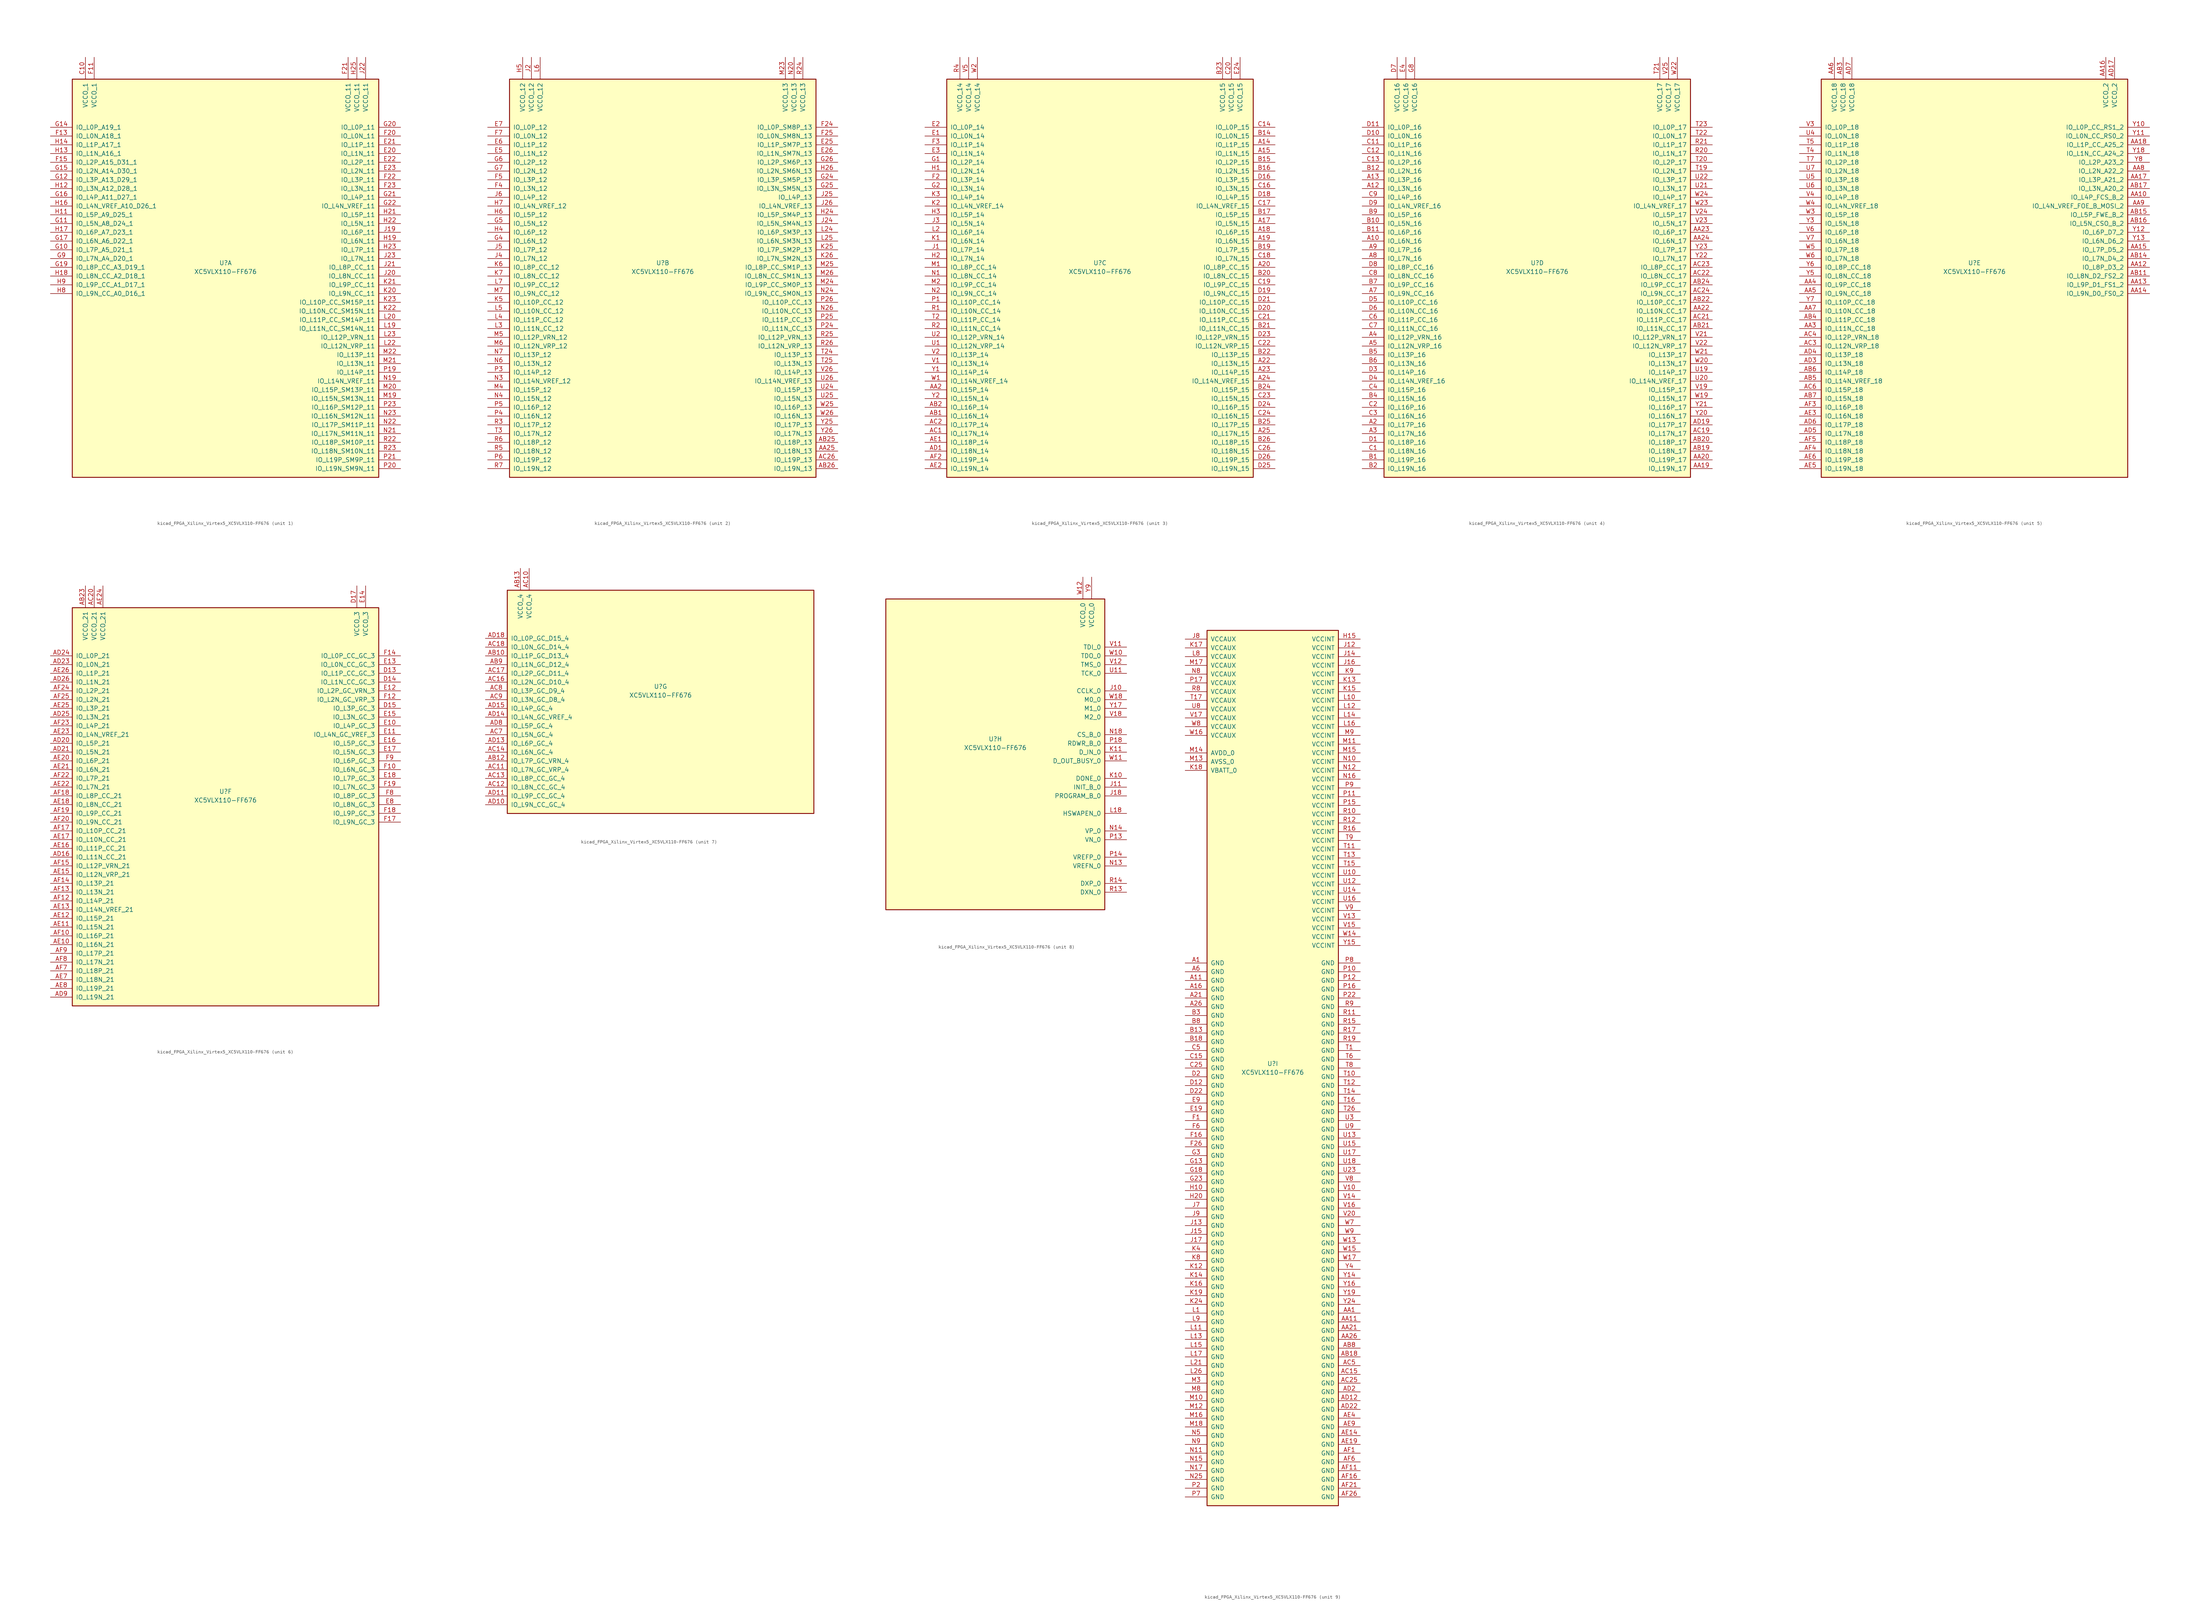
<source format=kicad_sym>
(kicad_symbol_lib
  (version 20220914)
  (generator kicad_symbol_editor)
  (symbol "kicad_FPGA_Xilinx_Virtex5_XC5VLX110-FF676"
    (pin_names
      (offset 1.016))
    (property "Reference" "U"
      (at 0 1.27 0)
      (effects (font (size 1.27 1.27))))
    (property "Value" "XC5VLX110-FF676"
      (at 0 -1.27 0)
      (effects (font (size 1.27 1.27))))
    (property "Datasheet" ""
      (at 0 0 0)
      (effects (font (size 1.27 1.27))))
    (property "ki_locked" ""
      (at 0 0 0)
      (effects (font (size 1.27 1.27))))
    (symbol "kicad_FPGA_Xilinx_Virtex5_XC5VLX110-FF676_1_1"
      (rectangle (start -44.45 54.61) (end 44.45 -60.96) (stroke (width 0.254) (type default)) (fill (type background)))
      (pin power_in line (at -40.64 60.96 270) (length 6.35) (name "VCCO_1" (effects (font (size 1.27 1.27)))) (number "C10" (effects (font (size 1.27 1.27)))))
      (pin bidirectional line (at 50.8 33.02 180) (length 6.35) (name "IO_L1N_11" (effects (font (size 1.27 1.27)))) (number "E20" (effects (font (size 1.27 1.27)))))
      (pin bidirectional line (at 50.8 35.56 180) (length 6.35) (name "IO_L1P_11" (effects (font (size 1.27 1.27)))) (number "E21" (effects (font (size 1.27 1.27)))))
      (pin bidirectional line (at 50.8 30.48 180) (length 6.35) (name "IO_L2P_11" (effects (font (size 1.27 1.27)))) (number "E22" (effects (font (size 1.27 1.27)))))
      (pin bidirectional line (at 50.8 27.94 180) (length 6.35) (name "IO_L2N_11" (effects (font (size 1.27 1.27)))) (number "E23" (effects (font (size 1.27 1.27)))))
      (pin power_in line (at -38.1 60.96 270) (length 6.35) (name "VCCO_1" (effects (font (size 1.27 1.27)))) (number "F11" (effects (font (size 1.27 1.27)))))
      (pin bidirectional line (at -50.8 38.1 0) (length 6.35) (name "IO_L0N_A18_1" (effects (font (size 1.27 1.27)))) (number "F13" (effects (font (size 1.27 1.27)))))
      (pin bidirectional line (at -50.8 30.48 0) (length 6.35) (name "IO_L2P_A15_D31_1" (effects (font (size 1.27 1.27)))) (number "F15" (effects (font (size 1.27 1.27)))))
      (pin bidirectional line (at 50.8 38.1 180) (length 6.35) (name "IO_L0N_11" (effects (font (size 1.27 1.27)))) (number "F20" (effects (font (size 1.27 1.27)))))
      (pin power_in line (at 35.56 60.96 270) (length 6.35) (name "VCCO_11" (effects (font (size 1.27 1.27)))) (number "F21" (effects (font (size 1.27 1.27)))))
      (pin bidirectional line (at 50.8 25.4 180) (length 6.35) (name "IO_L3P_11" (effects (font (size 1.27 1.27)))) (number "F22" (effects (font (size 1.27 1.27)))))
      (pin bidirectional line (at 50.8 22.86 180) (length 6.35) (name "IO_L3N_11" (effects (font (size 1.27 1.27)))) (number "F23" (effects (font (size 1.27 1.27)))))
      (pin bidirectional line (at -50.8 5.08 0) (length 6.35) (name "IO_L7P_A5_D21_1" (effects (font (size 1.27 1.27)))) (number "G10" (effects (font (size 1.27 1.27)))))
      (pin bidirectional line (at -50.8 12.7 0) (length 6.35) (name "IO_L5N_A8_D24_1" (effects (font (size 1.27 1.27)))) (number "G11" (effects (font (size 1.27 1.27)))))
      (pin bidirectional line (at -50.8 25.4 0) (length 6.35) (name "IO_L3P_A13_D29_1" (effects (font (size 1.27 1.27)))) (number "G12" (effects (font (size 1.27 1.27)))))
      (pin bidirectional line (at -50.8 40.64 0) (length 6.35) (name "IO_L0P_A19_1" (effects (font (size 1.27 1.27)))) (number "G14" (effects (font (size 1.27 1.27)))))
      (pin bidirectional line (at -50.8 27.94 0) (length 6.35) (name "IO_L2N_A14_D30_1" (effects (font (size 1.27 1.27)))) (number "G15" (effects (font (size 1.27 1.27)))))
      (pin bidirectional line (at -50.8 20.32 0) (length 6.35) (name "IO_L4P_A11_D27_1" (effects (font (size 1.27 1.27)))) (number "G16" (effects (font (size 1.27 1.27)))))
      (pin bidirectional line (at -50.8 7.62 0) (length 6.35) (name "IO_L6N_A6_D22_1" (effects (font (size 1.27 1.27)))) (number "G17" (effects (font (size 1.27 1.27)))))
      (pin bidirectional line (at -50.8 0 0) (length 6.35) (name "IO_L8P_CC_A3_D19_1" (effects (font (size 1.27 1.27)))) (number "G19" (effects (font (size 1.27 1.27)))))
      (pin bidirectional line (at 50.8 40.64 180) (length 6.35) (name "IO_L0P_11" (effects (font (size 1.27 1.27)))) (number "G20" (effects (font (size 1.27 1.27)))))
      (pin bidirectional line (at 50.8 20.32 180) (length 6.35) (name "IO_L4P_11" (effects (font (size 1.27 1.27)))) (number "G21" (effects (font (size 1.27 1.27)))))
      (pin bidirectional line (at 50.8 17.78 180) (length 6.35) (name "IO_L4N_VREF_11" (effects (font (size 1.27 1.27)))) (number "G22" (effects (font (size 1.27 1.27)))))
      (pin bidirectional line (at -50.8 2.54 0) (length 6.35) (name "IO_L7N_A4_D20_1" (effects (font (size 1.27 1.27)))) (number "G9" (effects (font (size 1.27 1.27)))))
      (pin bidirectional line (at -50.8 15.24 0) (length 6.35) (name "IO_L5P_A9_D25_1" (effects (font (size 1.27 1.27)))) (number "H11" (effects (font (size 1.27 1.27)))))
      (pin bidirectional line (at -50.8 22.86 0) (length 6.35) (name "IO_L3N_A12_D28_1" (effects (font (size 1.27 1.27)))) (number "H12" (effects (font (size 1.27 1.27)))))
      (pin bidirectional line (at -50.8 33.02 0) (length 6.35) (name "IO_L1N_A16_1" (effects (font (size 1.27 1.27)))) (number "H13" (effects (font (size 1.27 1.27)))))
      (pin bidirectional line (at -50.8 35.56 0) (length 6.35) (name "IO_L1P_A17_1" (effects (font (size 1.27 1.27)))) (number "H14" (effects (font (size 1.27 1.27)))))
      (pin bidirectional line (at -50.8 17.78 0) (length 6.35) (name "IO_L4N_VREF_A10_D26_1" (effects (font (size 1.27 1.27)))) (number "H16" (effects (font (size 1.27 1.27)))))
      (pin bidirectional line (at -50.8 10.16 0) (length 6.35) (name "IO_L6P_A7_D23_1" (effects (font (size 1.27 1.27)))) (number "H17" (effects (font (size 1.27 1.27)))))
      (pin bidirectional line (at -50.8 -2.54 0) (length 6.35) (name "IO_L8N_CC_A2_D18_1" (effects (font (size 1.27 1.27)))) (number "H18" (effects (font (size 1.27 1.27)))))
      (pin bidirectional line (at 50.8 7.62 180) (length 6.35) (name "IO_L6N_11" (effects (font (size 1.27 1.27)))) (number "H19" (effects (font (size 1.27 1.27)))))
      (pin bidirectional line (at 50.8 15.24 180) (length 6.35) (name "IO_L5P_11" (effects (font (size 1.27 1.27)))) (number "H21" (effects (font (size 1.27 1.27)))))
      (pin bidirectional line (at 50.8 12.7 180) (length 6.35) (name "IO_L5N_11" (effects (font (size 1.27 1.27)))) (number "H22" (effects (font (size 1.27 1.27)))))
      (pin bidirectional line (at 50.8 5.08 180) (length 6.35) (name "IO_L7P_11" (effects (font (size 1.27 1.27)))) (number "H23" (effects (font (size 1.27 1.27)))))
      (pin power_in line (at 38.1 60.96 270) (length 6.35) (name "VCCO_11" (effects (font (size 1.27 1.27)))) (number "H25" (effects (font (size 1.27 1.27)))))
      (pin bidirectional line (at -50.8 -7.62 0) (length 6.35) (name "IO_L9N_CC_A0_D16_1" (effects (font (size 1.27 1.27)))) (number "H8" (effects (font (size 1.27 1.27)))))
      (pin bidirectional line (at -50.8 -5.08 0) (length 6.35) (name "IO_L9P_CC_A1_D17_1" (effects (font (size 1.27 1.27)))) (number "H9" (effects (font (size 1.27 1.27)))))
      (pin bidirectional line (at 50.8 10.16 180) (length 6.35) (name "IO_L6P_11" (effects (font (size 1.27 1.27)))) (number "J19" (effects (font (size 1.27 1.27)))))
      (pin bidirectional line (at 50.8 -2.54 180) (length 6.35) (name "IO_L8N_CC_11" (effects (font (size 1.27 1.27)))) (number "J20" (effects (font (size 1.27 1.27)))))
      (pin bidirectional line (at 50.8 0 180) (length 6.35) (name "IO_L8P_CC_11" (effects (font (size 1.27 1.27)))) (number "J21" (effects (font (size 1.27 1.27)))))
      (pin power_in line (at 40.64 60.96 270) (length 6.35) (name "VCCO_11" (effects (font (size 1.27 1.27)))) (number "J22" (effects (font (size 1.27 1.27)))))
      (pin bidirectional line (at 50.8 2.54 180) (length 6.35) (name "IO_L7N_11" (effects (font (size 1.27 1.27)))) (number "J23" (effects (font (size 1.27 1.27)))))
      (pin bidirectional line (at 50.8 -7.62 180) (length 6.35) (name "IO_L9N_CC_11" (effects (font (size 1.27 1.27)))) (number "K20" (effects (font (size 1.27 1.27)))))
      (pin bidirectional line (at 50.8 -5.08 180) (length 6.35) (name "IO_L9P_CC_11" (effects (font (size 1.27 1.27)))) (number "K21" (effects (font (size 1.27 1.27)))))
      (pin bidirectional line (at 50.8 -12.7 180) (length 6.35) (name "IO_L10N_CC_SM15N_11" (effects (font (size 1.27 1.27)))) (number "K22" (effects (font (size 1.27 1.27)))))
      (pin bidirectional line (at 50.8 -10.16 180) (length 6.35) (name "IO_L10P_CC_SM15P_11" (effects (font (size 1.27 1.27)))) (number "K23" (effects (font (size 1.27 1.27)))))
      (pin bidirectional line (at 50.8 -17.78 180) (length 6.35) (name "IO_L11N_CC_SM14N_11" (effects (font (size 1.27 1.27)))) (number "L19" (effects (font (size 1.27 1.27)))))
      (pin bidirectional line (at 50.8 -15.24 180) (length 6.35) (name "IO_L11P_CC_SM14P_11" (effects (font (size 1.27 1.27)))) (number "L20" (effects (font (size 1.27 1.27)))))
      (pin bidirectional line (at 50.8 -22.86 180) (length 6.35) (name "IO_L12N_VRP_11" (effects (font (size 1.27 1.27)))) (number "L22" (effects (font (size 1.27 1.27)))))
      (pin bidirectional line (at 50.8 -20.32 180) (length 6.35) (name "IO_L12P_VRN_11" (effects (font (size 1.27 1.27)))) (number "L23" (effects (font (size 1.27 1.27)))))
      (pin bidirectional line (at 50.8 -38.1 180) (length 6.35) (name "IO_L15N_SM13N_11" (effects (font (size 1.27 1.27)))) (number "M19" (effects (font (size 1.27 1.27)))))
      (pin bidirectional line (at 50.8 -35.56 180) (length 6.35) (name "IO_L15P_SM13P_11" (effects (font (size 1.27 1.27)))) (number "M20" (effects (font (size 1.27 1.27)))))
      (pin bidirectional line (at 50.8 -27.94 180) (length 6.35) (name "IO_L13N_11" (effects (font (size 1.27 1.27)))) (number "M21" (effects (font (size 1.27 1.27)))))
      (pin bidirectional line (at 50.8 -25.4 180) (length 6.35) (name "IO_L13P_11" (effects (font (size 1.27 1.27)))) (number "M22" (effects (font (size 1.27 1.27)))))
      (pin bidirectional line (at 50.8 -33.02 180) (length 6.35) (name "IO_L14N_VREF_11" (effects (font (size 1.27 1.27)))) (number "N19" (effects (font (size 1.27 1.27)))))
      (pin bidirectional line (at 50.8 -48.26 180) (length 6.35) (name "IO_L17N_SM11N_11" (effects (font (size 1.27 1.27)))) (number "N21" (effects (font (size 1.27 1.27)))))
      (pin bidirectional line (at 50.8 -45.72 180) (length 6.35) (name "IO_L17P_SM11P_11" (effects (font (size 1.27 1.27)))) (number "N22" (effects (font (size 1.27 1.27)))))
      (pin bidirectional line (at 50.8 -43.18 180) (length 6.35) (name "IO_L16N_SM12N_11" (effects (font (size 1.27 1.27)))) (number "N23" (effects (font (size 1.27 1.27)))))
      (pin bidirectional line (at 50.8 -30.48 180) (length 6.35) (name "IO_L14P_11" (effects (font (size 1.27 1.27)))) (number "P19" (effects (font (size 1.27 1.27)))))
      (pin bidirectional line (at 50.8 -58.42 180) (length 6.35) (name "IO_L19N_SM9N_11" (effects (font (size 1.27 1.27)))) (number "P20" (effects (font (size 1.27 1.27)))))
      (pin bidirectional line (at 50.8 -55.88 180) (length 6.35) (name "IO_L19P_SM9P_11" (effects (font (size 1.27 1.27)))) (number "P21" (effects (font (size 1.27 1.27)))))
      (pin bidirectional line (at 50.8 -40.64 180) (length 6.35) (name "IO_L16P_SM12P_11" (effects (font (size 1.27 1.27)))) (number "P23" (effects (font (size 1.27 1.27)))))
      (pin bidirectional line (at 50.8 -50.8 180) (length 6.35) (name "IO_L18P_SM10P_11" (effects (font (size 1.27 1.27)))) (number "R22" (effects (font (size 1.27 1.27)))))
      (pin bidirectional line (at 50.8 -53.34 180) (length 6.35) (name "IO_L18N_SM10N_11" (effects (font (size 1.27 1.27)))) (number "R23" (effects (font (size 1.27 1.27))))))
    (symbol "kicad_FPGA_Xilinx_Virtex5_XC5VLX110-FF676_2_1"
      (rectangle (start -44.45 54.61) (end 44.45 -60.96) (stroke (width 0.254) (type default)) (fill (type background)))
      (pin bidirectional line (at 50.8 -53.34 180) (length 6.35) (name "IO_L18N_13" (effects (font (size 1.27 1.27)))) (number "AA25" (effects (font (size 1.27 1.27)))))
      (pin bidirectional line (at 50.8 -50.8 180) (length 6.35) (name "IO_L18P_13" (effects (font (size 1.27 1.27)))) (number "AB25" (effects (font (size 1.27 1.27)))))
      (pin bidirectional line (at 50.8 -58.42 180) (length 6.35) (name "IO_L19N_13" (effects (font (size 1.27 1.27)))) (number "AB26" (effects (font (size 1.27 1.27)))))
      (pin bidirectional line (at 50.8 -55.88 180) (length 6.35) (name "IO_L19P_13" (effects (font (size 1.27 1.27)))) (number "AC26" (effects (font (size 1.27 1.27)))))
      (pin bidirectional line (at 50.8 35.56 180) (length 6.35) (name "IO_L1P_SM7P_13" (effects (font (size 1.27 1.27)))) (number "E25" (effects (font (size 1.27 1.27)))))
      (pin bidirectional line (at 50.8 33.02 180) (length 6.35) (name "IO_L1N_SM7N_13" (effects (font (size 1.27 1.27)))) (number "E26" (effects (font (size 1.27 1.27)))))
      (pin bidirectional line (at -50.8 33.02 0) (length 6.35) (name "IO_L1N_12" (effects (font (size 1.27 1.27)))) (number "E5" (effects (font (size 1.27 1.27)))))
      (pin bidirectional line (at -50.8 35.56 0) (length 6.35) (name "IO_L1P_12" (effects (font (size 1.27 1.27)))) (number "E6" (effects (font (size 1.27 1.27)))))
      (pin bidirectional line (at -50.8 40.64 0) (length 6.35) (name "IO_L0P_12" (effects (font (size 1.27 1.27)))) (number "E7" (effects (font (size 1.27 1.27)))))
      (pin bidirectional line (at 50.8 40.64 180) (length 6.35) (name "IO_L0P_SM8P_13" (effects (font (size 1.27 1.27)))) (number "F24" (effects (font (size 1.27 1.27)))))
      (pin bidirectional line (at 50.8 38.1 180) (length 6.35) (name "IO_L0N_SM8N_13" (effects (font (size 1.27 1.27)))) (number "F25" (effects (font (size 1.27 1.27)))))
      (pin bidirectional line (at -50.8 22.86 0) (length 6.35) (name "IO_L3N_12" (effects (font (size 1.27 1.27)))) (number "F4" (effects (font (size 1.27 1.27)))))
      (pin bidirectional line (at -50.8 25.4 0) (length 6.35) (name "IO_L3P_12" (effects (font (size 1.27 1.27)))) (number "F5" (effects (font (size 1.27 1.27)))))
      (pin bidirectional line (at -50.8 38.1 0) (length 6.35) (name "IO_L0N_12" (effects (font (size 1.27 1.27)))) (number "F7" (effects (font (size 1.27 1.27)))))
      (pin bidirectional line (at 50.8 25.4 180) (length 6.35) (name "IO_L3P_SM5P_13" (effects (font (size 1.27 1.27)))) (number "G24" (effects (font (size 1.27 1.27)))))
      (pin bidirectional line (at 50.8 22.86 180) (length 6.35) (name "IO_L3N_SM5N_13" (effects (font (size 1.27 1.27)))) (number "G25" (effects (font (size 1.27 1.27)))))
      (pin bidirectional line (at 50.8 30.48 180) (length 6.35) (name "IO_L2P_SM6P_13" (effects (font (size 1.27 1.27)))) (number "G26" (effects (font (size 1.27 1.27)))))
      (pin bidirectional line (at -50.8 7.62 0) (length 6.35) (name "IO_L6N_12" (effects (font (size 1.27 1.27)))) (number "G4" (effects (font (size 1.27 1.27)))))
      (pin bidirectional line (at -50.8 12.7 0) (length 6.35) (name "IO_L5N_12" (effects (font (size 1.27 1.27)))) (number "G5" (effects (font (size 1.27 1.27)))))
      (pin bidirectional line (at -50.8 30.48 0) (length 6.35) (name "IO_L2P_12" (effects (font (size 1.27 1.27)))) (number "G6" (effects (font (size 1.27 1.27)))))
      (pin bidirectional line (at -50.8 27.94 0) (length 6.35) (name "IO_L2N_12" (effects (font (size 1.27 1.27)))) (number "G7" (effects (font (size 1.27 1.27)))))
      (pin bidirectional line (at 50.8 15.24 180) (length 6.35) (name "IO_L5P_SM4P_13" (effects (font (size 1.27 1.27)))) (number "H24" (effects (font (size 1.27 1.27)))))
      (pin bidirectional line (at 50.8 27.94 180) (length 6.35) (name "IO_L2N_SM6N_13" (effects (font (size 1.27 1.27)))) (number "H26" (effects (font (size 1.27 1.27)))))
      (pin bidirectional line (at -50.8 10.16 0) (length 6.35) (name "IO_L6P_12" (effects (font (size 1.27 1.27)))) (number "H4" (effects (font (size 1.27 1.27)))))
      (pin power_in line (at -40.64 60.96 270) (length 6.35) (name "VCCO_12" (effects (font (size 1.27 1.27)))) (number "H5" (effects (font (size 1.27 1.27)))))
      (pin bidirectional line (at -50.8 15.24 0) (length 6.35) (name "IO_L5P_12" (effects (font (size 1.27 1.27)))) (number "H6" (effects (font (size 1.27 1.27)))))
      (pin bidirectional line (at -50.8 17.78 0) (length 6.35) (name "IO_L4N_VREF_12" (effects (font (size 1.27 1.27)))) (number "H7" (effects (font (size 1.27 1.27)))))
      (pin power_in line (at -38.1 60.96 270) (length 6.35) (name "VCCO_12" (effects (font (size 1.27 1.27)))) (number "J2" (effects (font (size 1.27 1.27)))))
      (pin bidirectional line (at 50.8 12.7 180) (length 6.35) (name "IO_L5N_SM4N_13" (effects (font (size 1.27 1.27)))) (number "J24" (effects (font (size 1.27 1.27)))))
      (pin bidirectional line (at 50.8 20.32 180) (length 6.35) (name "IO_L4P_13" (effects (font (size 1.27 1.27)))) (number "J25" (effects (font (size 1.27 1.27)))))
      (pin bidirectional line (at 50.8 17.78 180) (length 6.35) (name "IO_L4N_VREF_13" (effects (font (size 1.27 1.27)))) (number "J26" (effects (font (size 1.27 1.27)))))
      (pin bidirectional line (at -50.8 2.54 0) (length 6.35) (name "IO_L7N_12" (effects (font (size 1.27 1.27)))) (number "J4" (effects (font (size 1.27 1.27)))))
      (pin bidirectional line (at -50.8 5.08 0) (length 6.35) (name "IO_L7P_12" (effects (font (size 1.27 1.27)))) (number "J5" (effects (font (size 1.27 1.27)))))
      (pin bidirectional line (at -50.8 20.32 0) (length 6.35) (name "IO_L4P_12" (effects (font (size 1.27 1.27)))) (number "J6" (effects (font (size 1.27 1.27)))))
      (pin bidirectional line (at 50.8 5.08 180) (length 6.35) (name "IO_L7P_SM2P_13" (effects (font (size 1.27 1.27)))) (number "K25" (effects (font (size 1.27 1.27)))))
      (pin bidirectional line (at 50.8 2.54 180) (length 6.35) (name "IO_L7N_SM2N_13" (effects (font (size 1.27 1.27)))) (number "K26" (effects (font (size 1.27 1.27)))))
      (pin bidirectional line (at -50.8 -10.16 0) (length 6.35) (name "IO_L10P_CC_12" (effects (font (size 1.27 1.27)))) (number "K5" (effects (font (size 1.27 1.27)))))
      (pin bidirectional line (at -50.8 0 0) (length 6.35) (name "IO_L8P_CC_12" (effects (font (size 1.27 1.27)))) (number "K6" (effects (font (size 1.27 1.27)))))
      (pin bidirectional line (at -50.8 -2.54 0) (length 6.35) (name "IO_L8N_CC_12" (effects (font (size 1.27 1.27)))) (number "K7" (effects (font (size 1.27 1.27)))))
      (pin bidirectional line (at 50.8 10.16 180) (length 6.35) (name "IO_L6P_SM3P_13" (effects (font (size 1.27 1.27)))) (number "L24" (effects (font (size 1.27 1.27)))))
      (pin bidirectional line (at 50.8 7.62 180) (length 6.35) (name "IO_L6N_SM3N_13" (effects (font (size 1.27 1.27)))) (number "L25" (effects (font (size 1.27 1.27)))))
      (pin bidirectional line (at -50.8 -17.78 0) (length 6.35) (name "IO_L11N_CC_12" (effects (font (size 1.27 1.27)))) (number "L3" (effects (font (size 1.27 1.27)))))
      (pin bidirectional line (at -50.8 -15.24 0) (length 6.35) (name "IO_L11P_CC_12" (effects (font (size 1.27 1.27)))) (number "L4" (effects (font (size 1.27 1.27)))))
      (pin bidirectional line (at -50.8 -12.7 0) (length 6.35) (name "IO_L10N_CC_12" (effects (font (size 1.27 1.27)))) (number "L5" (effects (font (size 1.27 1.27)))))
      (pin power_in line (at -35.56 60.96 270) (length 6.35) (name "VCCO_12" (effects (font (size 1.27 1.27)))) (number "L6" (effects (font (size 1.27 1.27)))))
      (pin bidirectional line (at -50.8 -5.08 0) (length 6.35) (name "IO_L9P_CC_12" (effects (font (size 1.27 1.27)))) (number "L7" (effects (font (size 1.27 1.27)))))
      (pin power_in line (at 35.56 60.96 270) (length 6.35) (name "VCCO_13" (effects (font (size 1.27 1.27)))) (number "M23" (effects (font (size 1.27 1.27)))))
      (pin bidirectional line (at 50.8 -5.08 180) (length 6.35) (name "IO_L9P_CC_SM0P_13" (effects (font (size 1.27 1.27)))) (number "M24" (effects (font (size 1.27 1.27)))))
      (pin bidirectional line (at 50.8 0 180) (length 6.35) (name "IO_L8P_CC_SM1P_13" (effects (font (size 1.27 1.27)))) (number "M25" (effects (font (size 1.27 1.27)))))
      (pin bidirectional line (at 50.8 -2.54 180) (length 6.35) (name "IO_L8N_CC_SM1N_13" (effects (font (size 1.27 1.27)))) (number "M26" (effects (font (size 1.27 1.27)))))
      (pin bidirectional line (at -50.8 -35.56 0) (length 6.35) (name "IO_L15P_12" (effects (font (size 1.27 1.27)))) (number "M4" (effects (font (size 1.27 1.27)))))
      (pin bidirectional line (at -50.8 -20.32 0) (length 6.35) (name "IO_L12P_VRN_12" (effects (font (size 1.27 1.27)))) (number "M5" (effects (font (size 1.27 1.27)))))
      (pin bidirectional line (at -50.8 -22.86 0) (length 6.35) (name "IO_L12N_VRP_12" (effects (font (size 1.27 1.27)))) (number "M6" (effects (font (size 1.27 1.27)))))
      (pin bidirectional line (at -50.8 -7.62 0) (length 6.35) (name "IO_L9N_CC_12" (effects (font (size 1.27 1.27)))) (number "M7" (effects (font (size 1.27 1.27)))))
      (pin power_in line (at 38.1 60.96 270) (length 6.35) (name "VCCO_13" (effects (font (size 1.27 1.27)))) (number "N20" (effects (font (size 1.27 1.27)))))
      (pin bidirectional line (at 50.8 -7.62 180) (length 6.35) (name "IO_L9N_CC_SM0N_13" (effects (font (size 1.27 1.27)))) (number "N24" (effects (font (size 1.27 1.27)))))
      (pin bidirectional line (at 50.8 -12.7 180) (length 6.35) (name "IO_L10N_CC_13" (effects (font (size 1.27 1.27)))) (number "N26" (effects (font (size 1.27 1.27)))))
      (pin bidirectional line (at -50.8 -33.02 0) (length 6.35) (name "IO_L14N_VREF_12" (effects (font (size 1.27 1.27)))) (number "N3" (effects (font (size 1.27 1.27)))))
      (pin bidirectional line (at -50.8 -38.1 0) (length 6.35) (name "IO_L15N_12" (effects (font (size 1.27 1.27)))) (number "N4" (effects (font (size 1.27 1.27)))))
      (pin bidirectional line (at -50.8 -27.94 0) (length 6.35) (name "IO_L13N_12" (effects (font (size 1.27 1.27)))) (number "N6" (effects (font (size 1.27 1.27)))))
      (pin bidirectional line (at -50.8 -25.4 0) (length 6.35) (name "IO_L13P_12" (effects (font (size 1.27 1.27)))) (number "N7" (effects (font (size 1.27 1.27)))))
      (pin bidirectional line (at 50.8 -17.78 180) (length 6.35) (name "IO_L11N_CC_13" (effects (font (size 1.27 1.27)))) (number "P24" (effects (font (size 1.27 1.27)))))
      (pin bidirectional line (at 50.8 -15.24 180) (length 6.35) (name "IO_L11P_CC_13" (effects (font (size 1.27 1.27)))) (number "P25" (effects (font (size 1.27 1.27)))))
      (pin bidirectional line (at 50.8 -10.16 180) (length 6.35) (name "IO_L10P_CC_13" (effects (font (size 1.27 1.27)))) (number "P26" (effects (font (size 1.27 1.27)))))
      (pin bidirectional line (at -50.8 -30.48 0) (length 6.35) (name "IO_L14P_12" (effects (font (size 1.27 1.27)))) (number "P3" (effects (font (size 1.27 1.27)))))
      (pin bidirectional line (at -50.8 -43.18 0) (length 6.35) (name "IO_L16N_12" (effects (font (size 1.27 1.27)))) (number "P4" (effects (font (size 1.27 1.27)))))
      (pin bidirectional line (at -50.8 -40.64 0) (length 6.35) (name "IO_L16P_12" (effects (font (size 1.27 1.27)))) (number "P5" (effects (font (size 1.27 1.27)))))
      (pin bidirectional line (at -50.8 -55.88 0) (length 6.35) (name "IO_L19P_12" (effects (font (size 1.27 1.27)))) (number "P6" (effects (font (size 1.27 1.27)))))
      (pin power_in line (at 40.64 60.96 270) (length 6.35) (name "VCCO_13" (effects (font (size 1.27 1.27)))) (number "R24" (effects (font (size 1.27 1.27)))))
      (pin bidirectional line (at 50.8 -20.32 180) (length 6.35) (name "IO_L12P_VRN_13" (effects (font (size 1.27 1.27)))) (number "R25" (effects (font (size 1.27 1.27)))))
      (pin bidirectional line (at 50.8 -22.86 180) (length 6.35) (name "IO_L12N_VRP_13" (effects (font (size 1.27 1.27)))) (number "R26" (effects (font (size 1.27 1.27)))))
      (pin bidirectional line (at -50.8 -45.72 0) (length 6.35) (name "IO_L17P_12" (effects (font (size 1.27 1.27)))) (number "R3" (effects (font (size 1.27 1.27)))))
      (pin bidirectional line (at -50.8 -53.34 0) (length 6.35) (name "IO_L18N_12" (effects (font (size 1.27 1.27)))) (number "R5" (effects (font (size 1.27 1.27)))))
      (pin bidirectional line (at -50.8 -50.8 0) (length 6.35) (name "IO_L18P_12" (effects (font (size 1.27 1.27)))) (number "R6" (effects (font (size 1.27 1.27)))))
      (pin bidirectional line (at -50.8 -58.42 0) (length 6.35) (name "IO_L19N_12" (effects (font (size 1.27 1.27)))) (number "R7" (effects (font (size 1.27 1.27)))))
      (pin bidirectional line (at 50.8 -25.4 180) (length 6.35) (name "IO_L13P_13" (effects (font (size 1.27 1.27)))) (number "T24" (effects (font (size 1.27 1.27)))))
      (pin bidirectional line (at 50.8 -27.94 180) (length 6.35) (name "IO_L13N_13" (effects (font (size 1.27 1.27)))) (number "T25" (effects (font (size 1.27 1.27)))))
      (pin bidirectional line (at -50.8 -48.26 0) (length 6.35) (name "IO_L17N_12" (effects (font (size 1.27 1.27)))) (number "T3" (effects (font (size 1.27 1.27)))))
      (pin bidirectional line (at 50.8 -35.56 180) (length 6.35) (name "IO_L15P_13" (effects (font (size 1.27 1.27)))) (number "U24" (effects (font (size 1.27 1.27)))))
      (pin bidirectional line (at 50.8 -38.1 180) (length 6.35) (name "IO_L15N_13" (effects (font (size 1.27 1.27)))) (number "U25" (effects (font (size 1.27 1.27)))))
      (pin bidirectional line (at 50.8 -33.02 180) (length 6.35) (name "IO_L14N_VREF_13" (effects (font (size 1.27 1.27)))) (number "U26" (effects (font (size 1.27 1.27)))))
      (pin bidirectional line (at 50.8 -30.48 180) (length 6.35) (name "IO_L14P_13" (effects (font (size 1.27 1.27)))) (number "V26" (effects (font (size 1.27 1.27)))))
      (pin bidirectional line (at 50.8 -40.64 180) (length 6.35) (name "IO_L16P_13" (effects (font (size 1.27 1.27)))) (number "W25" (effects (font (size 1.27 1.27)))))
      (pin bidirectional line (at 50.8 -43.18 180) (length 6.35) (name "IO_L16N_13" (effects (font (size 1.27 1.27)))) (number "W26" (effects (font (size 1.27 1.27)))))
      (pin bidirectional line (at 50.8 -45.72 180) (length 6.35) (name "IO_L17P_13" (effects (font (size 1.27 1.27)))) (number "Y25" (effects (font (size 1.27 1.27)))))
      (pin bidirectional line (at 50.8 -48.26 180) (length 6.35) (name "IO_L17N_13" (effects (font (size 1.27 1.27)))) (number "Y26" (effects (font (size 1.27 1.27))))))
    (symbol "kicad_FPGA_Xilinx_Virtex5_XC5VLX110-FF676_3_1"
      (rectangle (start -44.45 54.61) (end 44.45 -60.96) (stroke (width 0.254) (type default)) (fill (type background)))
      (pin bidirectional line (at 50.8 35.56 180) (length 6.35) (name "IO_L1P_15" (effects (font (size 1.27 1.27)))) (number "A14" (effects (font (size 1.27 1.27)))))
      (pin bidirectional line (at 50.8 33.02 180) (length 6.35) (name "IO_L1N_15" (effects (font (size 1.27 1.27)))) (number "A15" (effects (font (size 1.27 1.27)))))
      (pin bidirectional line (at 50.8 12.7 180) (length 6.35) (name "IO_L5N_15" (effects (font (size 1.27 1.27)))) (number "A17" (effects (font (size 1.27 1.27)))))
      (pin bidirectional line (at 50.8 10.16 180) (length 6.35) (name "IO_L6P_15" (effects (font (size 1.27 1.27)))) (number "A18" (effects (font (size 1.27 1.27)))))
      (pin bidirectional line (at 50.8 7.62 180) (length 6.35) (name "IO_L6N_15" (effects (font (size 1.27 1.27)))) (number "A19" (effects (font (size 1.27 1.27)))))
      (pin bidirectional line (at 50.8 0 180) (length 6.35) (name "IO_L8P_CC_15" (effects (font (size 1.27 1.27)))) (number "A20" (effects (font (size 1.27 1.27)))))
      (pin bidirectional line (at 50.8 -27.94 180) (length 6.35) (name "IO_L13N_15" (effects (font (size 1.27 1.27)))) (number "A22" (effects (font (size 1.27 1.27)))))
      (pin bidirectional line (at 50.8 -30.48 180) (length 6.35) (name "IO_L14P_15" (effects (font (size 1.27 1.27)))) (number "A23" (effects (font (size 1.27 1.27)))))
      (pin bidirectional line (at 50.8 -33.02 180) (length 6.35) (name "IO_L14N_VREF_15" (effects (font (size 1.27 1.27)))) (number "A24" (effects (font (size 1.27 1.27)))))
      (pin bidirectional line (at 50.8 -48.26 180) (length 6.35) (name "IO_L17N_15" (effects (font (size 1.27 1.27)))) (number "A25" (effects (font (size 1.27 1.27)))))
      (pin bidirectional line (at -50.8 -35.56 0) (length 6.35) (name "IO_L15P_14" (effects (font (size 1.27 1.27)))) (number "AA2" (effects (font (size 1.27 1.27)))))
      (pin bidirectional line (at -50.8 -43.18 0) (length 6.35) (name "IO_L16N_14" (effects (font (size 1.27 1.27)))) (number "AB1" (effects (font (size 1.27 1.27)))))
      (pin bidirectional line (at -50.8 -40.64 0) (length 6.35) (name "IO_L16P_14" (effects (font (size 1.27 1.27)))) (number "AB2" (effects (font (size 1.27 1.27)))))
      (pin bidirectional line (at -50.8 -48.26 0) (length 6.35) (name "IO_L17N_14" (effects (font (size 1.27 1.27)))) (number "AC1" (effects (font (size 1.27 1.27)))))
      (pin bidirectional line (at -50.8 -45.72 0) (length 6.35) (name "IO_L17P_14" (effects (font (size 1.27 1.27)))) (number "AC2" (effects (font (size 1.27 1.27)))))
      (pin bidirectional line (at -50.8 -53.34 0) (length 6.35) (name "IO_L18N_14" (effects (font (size 1.27 1.27)))) (number "AD1" (effects (font (size 1.27 1.27)))))
      (pin bidirectional line (at -50.8 -50.8 0) (length 6.35) (name "IO_L18P_14" (effects (font (size 1.27 1.27)))) (number "AE1" (effects (font (size 1.27 1.27)))))
      (pin bidirectional line (at -50.8 -58.42 0) (length 6.35) (name "IO_L19N_14" (effects (font (size 1.27 1.27)))) (number "AE2" (effects (font (size 1.27 1.27)))))
      (pin bidirectional line (at -50.8 -55.88 0) (length 6.35) (name "IO_L19P_14" (effects (font (size 1.27 1.27)))) (number "AF2" (effects (font (size 1.27 1.27)))))
      (pin bidirectional line (at 50.8 38.1 180) (length 6.35) (name "IO_L0N_15" (effects (font (size 1.27 1.27)))) (number "B14" (effects (font (size 1.27 1.27)))))
      (pin bidirectional line (at 50.8 30.48 180) (length 6.35) (name "IO_L2P_15" (effects (font (size 1.27 1.27)))) (number "B15" (effects (font (size 1.27 1.27)))))
      (pin bidirectional line (at 50.8 27.94 180) (length 6.35) (name "IO_L2N_15" (effects (font (size 1.27 1.27)))) (number "B16" (effects (font (size 1.27 1.27)))))
      (pin bidirectional line (at 50.8 15.24 180) (length 6.35) (name "IO_L5P_15" (effects (font (size 1.27 1.27)))) (number "B17" (effects (font (size 1.27 1.27)))))
      (pin bidirectional line (at 50.8 5.08 180) (length 6.35) (name "IO_L7P_15" (effects (font (size 1.27 1.27)))) (number "B19" (effects (font (size 1.27 1.27)))))
      (pin bidirectional line (at 50.8 -2.54 180) (length 6.35) (name "IO_L8N_CC_15" (effects (font (size 1.27 1.27)))) (number "B20" (effects (font (size 1.27 1.27)))))
      (pin bidirectional line (at 50.8 -17.78 180) (length 6.35) (name "IO_L11N_CC_15" (effects (font (size 1.27 1.27)))) (number "B21" (effects (font (size 1.27 1.27)))))
      (pin bidirectional line (at 50.8 -25.4 180) (length 6.35) (name "IO_L13P_15" (effects (font (size 1.27 1.27)))) (number "B22" (effects (font (size 1.27 1.27)))))
      (pin power_in line (at 35.56 60.96 270) (length 6.35) (name "VCCO_15" (effects (font (size 1.27 1.27)))) (number "B23" (effects (font (size 1.27 1.27)))))
      (pin bidirectional line (at 50.8 -35.56 180) (length 6.35) (name "IO_L15P_15" (effects (font (size 1.27 1.27)))) (number "B24" (effects (font (size 1.27 1.27)))))
      (pin bidirectional line (at 50.8 -45.72 180) (length 6.35) (name "IO_L17P_15" (effects (font (size 1.27 1.27)))) (number "B25" (effects (font (size 1.27 1.27)))))
      (pin bidirectional line (at 50.8 -50.8 180) (length 6.35) (name "IO_L18P_15" (effects (font (size 1.27 1.27)))) (number "B26" (effects (font (size 1.27 1.27)))))
      (pin bidirectional line (at 50.8 40.64 180) (length 6.35) (name "IO_L0P_15" (effects (font (size 1.27 1.27)))) (number "C14" (effects (font (size 1.27 1.27)))))
      (pin bidirectional line (at 50.8 22.86 180) (length 6.35) (name "IO_L3N_15" (effects (font (size 1.27 1.27)))) (number "C16" (effects (font (size 1.27 1.27)))))
      (pin bidirectional line (at 50.8 17.78 180) (length 6.35) (name "IO_L4N_VREF_15" (effects (font (size 1.27 1.27)))) (number "C17" (effects (font (size 1.27 1.27)))))
      (pin bidirectional line (at 50.8 2.54 180) (length 6.35) (name "IO_L7N_15" (effects (font (size 1.27 1.27)))) (number "C18" (effects (font (size 1.27 1.27)))))
      (pin bidirectional line (at 50.8 -5.08 180) (length 6.35) (name "IO_L9P_CC_15" (effects (font (size 1.27 1.27)))) (number "C19" (effects (font (size 1.27 1.27)))))
      (pin power_in line (at 38.1 60.96 270) (length 6.35) (name "VCCO_15" (effects (font (size 1.27 1.27)))) (number "C20" (effects (font (size 1.27 1.27)))))
      (pin bidirectional line (at 50.8 -15.24 180) (length 6.35) (name "IO_L11P_CC_15" (effects (font (size 1.27 1.27)))) (number "C21" (effects (font (size 1.27 1.27)))))
      (pin bidirectional line (at 50.8 -22.86 180) (length 6.35) (name "IO_L12N_VRP_15" (effects (font (size 1.27 1.27)))) (number "C22" (effects (font (size 1.27 1.27)))))
      (pin bidirectional line (at 50.8 -38.1 180) (length 6.35) (name "IO_L15N_15" (effects (font (size 1.27 1.27)))) (number "C23" (effects (font (size 1.27 1.27)))))
      (pin bidirectional line (at 50.8 -43.18 180) (length 6.35) (name "IO_L16N_15" (effects (font (size 1.27 1.27)))) (number "C24" (effects (font (size 1.27 1.27)))))
      (pin bidirectional line (at 50.8 -53.34 180) (length 6.35) (name "IO_L18N_15" (effects (font (size 1.27 1.27)))) (number "C26" (effects (font (size 1.27 1.27)))))
      (pin bidirectional line (at 50.8 25.4 180) (length 6.35) (name "IO_L3P_15" (effects (font (size 1.27 1.27)))) (number "D16" (effects (font (size 1.27 1.27)))))
      (pin bidirectional line (at 50.8 20.32 180) (length 6.35) (name "IO_L4P_15" (effects (font (size 1.27 1.27)))) (number "D18" (effects (font (size 1.27 1.27)))))
      (pin bidirectional line (at 50.8 -7.62 180) (length 6.35) (name "IO_L9N_CC_15" (effects (font (size 1.27 1.27)))) (number "D19" (effects (font (size 1.27 1.27)))))
      (pin bidirectional line (at 50.8 -12.7 180) (length 6.35) (name "IO_L10N_CC_15" (effects (font (size 1.27 1.27)))) (number "D20" (effects (font (size 1.27 1.27)))))
      (pin bidirectional line (at 50.8 -10.16 180) (length 6.35) (name "IO_L10P_CC_15" (effects (font (size 1.27 1.27)))) (number "D21" (effects (font (size 1.27 1.27)))))
      (pin bidirectional line (at 50.8 -20.32 180) (length 6.35) (name "IO_L12P_VRN_15" (effects (font (size 1.27 1.27)))) (number "D23" (effects (font (size 1.27 1.27)))))
      (pin bidirectional line (at 50.8 -40.64 180) (length 6.35) (name "IO_L16P_15" (effects (font (size 1.27 1.27)))) (number "D24" (effects (font (size 1.27 1.27)))))
      (pin bidirectional line (at 50.8 -58.42 180) (length 6.35) (name "IO_L19N_15" (effects (font (size 1.27 1.27)))) (number "D25" (effects (font (size 1.27 1.27)))))
      (pin bidirectional line (at 50.8 -55.88 180) (length 6.35) (name "IO_L19P_15" (effects (font (size 1.27 1.27)))) (number "D26" (effects (font (size 1.27 1.27)))))
      (pin bidirectional line (at -50.8 38.1 0) (length 6.35) (name "IO_L0N_14" (effects (font (size 1.27 1.27)))) (number "E1" (effects (font (size 1.27 1.27)))))
      (pin bidirectional line (at -50.8 40.64 0) (length 6.35) (name "IO_L0P_14" (effects (font (size 1.27 1.27)))) (number "E2" (effects (font (size 1.27 1.27)))))
      (pin power_in line (at 40.64 60.96 270) (length 6.35) (name "VCCO_15" (effects (font (size 1.27 1.27)))) (number "E24" (effects (font (size 1.27 1.27)))))
      (pin bidirectional line (at -50.8 33.02 0) (length 6.35) (name "IO_L1N_14" (effects (font (size 1.27 1.27)))) (number "E3" (effects (font (size 1.27 1.27)))))
      (pin bidirectional line (at -50.8 25.4 0) (length 6.35) (name "IO_L3P_14" (effects (font (size 1.27 1.27)))) (number "F2" (effects (font (size 1.27 1.27)))))
      (pin bidirectional line (at -50.8 35.56 0) (length 6.35) (name "IO_L1P_14" (effects (font (size 1.27 1.27)))) (number "F3" (effects (font (size 1.27 1.27)))))
      (pin bidirectional line (at -50.8 30.48 0) (length 6.35) (name "IO_L2P_14" (effects (font (size 1.27 1.27)))) (number "G1" (effects (font (size 1.27 1.27)))))
      (pin bidirectional line (at -50.8 22.86 0) (length 6.35) (name "IO_L3N_14" (effects (font (size 1.27 1.27)))) (number "G2" (effects (font (size 1.27 1.27)))))
      (pin bidirectional line (at -50.8 27.94 0) (length 6.35) (name "IO_L2N_14" (effects (font (size 1.27 1.27)))) (number "H1" (effects (font (size 1.27 1.27)))))
      (pin bidirectional line (at -50.8 2.54 0) (length 6.35) (name "IO_L7N_14" (effects (font (size 1.27 1.27)))) (number "H2" (effects (font (size 1.27 1.27)))))
      (pin bidirectional line (at -50.8 15.24 0) (length 6.35) (name "IO_L5P_14" (effects (font (size 1.27 1.27)))) (number "H3" (effects (font (size 1.27 1.27)))))
      (pin bidirectional line (at -50.8 5.08 0) (length 6.35) (name "IO_L7P_14" (effects (font (size 1.27 1.27)))) (number "J1" (effects (font (size 1.27 1.27)))))
      (pin bidirectional line (at -50.8 12.7 0) (length 6.35) (name "IO_L5N_14" (effects (font (size 1.27 1.27)))) (number "J3" (effects (font (size 1.27 1.27)))))
      (pin bidirectional line (at -50.8 7.62 0) (length 6.35) (name "IO_L6N_14" (effects (font (size 1.27 1.27)))) (number "K1" (effects (font (size 1.27 1.27)))))
      (pin bidirectional line (at -50.8 17.78 0) (length 6.35) (name "IO_L4N_VREF_14" (effects (font (size 1.27 1.27)))) (number "K2" (effects (font (size 1.27 1.27)))))
      (pin bidirectional line (at -50.8 20.32 0) (length 6.35) (name "IO_L4P_14" (effects (font (size 1.27 1.27)))) (number "K3" (effects (font (size 1.27 1.27)))))
      (pin bidirectional line (at -50.8 10.16 0) (length 6.35) (name "IO_L6P_14" (effects (font (size 1.27 1.27)))) (number "L2" (effects (font (size 1.27 1.27)))))
      (pin bidirectional line (at -50.8 0 0) (length 6.35) (name "IO_L8P_CC_14" (effects (font (size 1.27 1.27)))) (number "M1" (effects (font (size 1.27 1.27)))))
      (pin bidirectional line (at -50.8 -5.08 0) (length 6.35) (name "IO_L9P_CC_14" (effects (font (size 1.27 1.27)))) (number "M2" (effects (font (size 1.27 1.27)))))
      (pin bidirectional line (at -50.8 -2.54 0) (length 6.35) (name "IO_L8N_CC_14" (effects (font (size 1.27 1.27)))) (number "N1" (effects (font (size 1.27 1.27)))))
      (pin bidirectional line (at -50.8 -7.62 0) (length 6.35) (name "IO_L9N_CC_14" (effects (font (size 1.27 1.27)))) (number "N2" (effects (font (size 1.27 1.27)))))
      (pin bidirectional line (at -50.8 -10.16 0) (length 6.35) (name "IO_L10P_CC_14" (effects (font (size 1.27 1.27)))) (number "P1" (effects (font (size 1.27 1.27)))))
      (pin bidirectional line (at -50.8 -12.7 0) (length 6.35) (name "IO_L10N_CC_14" (effects (font (size 1.27 1.27)))) (number "R1" (effects (font (size 1.27 1.27)))))
      (pin bidirectional line (at -50.8 -17.78 0) (length 6.35) (name "IO_L11N_CC_14" (effects (font (size 1.27 1.27)))) (number "R2" (effects (font (size 1.27 1.27)))))
      (pin power_in line (at -40.64 60.96 270) (length 6.35) (name "VCCO_14" (effects (font (size 1.27 1.27)))) (number "R4" (effects (font (size 1.27 1.27)))))
      (pin bidirectional line (at -50.8 -15.24 0) (length 6.35) (name "IO_L11P_CC_14" (effects (font (size 1.27 1.27)))) (number "T2" (effects (font (size 1.27 1.27)))))
      (pin bidirectional line (at -50.8 -22.86 0) (length 6.35) (name "IO_L12N_VRP_14" (effects (font (size 1.27 1.27)))) (number "U1" (effects (font (size 1.27 1.27)))))
      (pin bidirectional line (at -50.8 -20.32 0) (length 6.35) (name "IO_L12P_VRN_14" (effects (font (size 1.27 1.27)))) (number "U2" (effects (font (size 1.27 1.27)))))
      (pin bidirectional line (at -50.8 -27.94 0) (length 6.35) (name "IO_L13N_14" (effects (font (size 1.27 1.27)))) (number "V1" (effects (font (size 1.27 1.27)))))
      (pin bidirectional line (at -50.8 -25.4 0) (length 6.35) (name "IO_L13P_14" (effects (font (size 1.27 1.27)))) (number "V2" (effects (font (size 1.27 1.27)))))
      (pin power_in line (at -38.1 60.96 270) (length 6.35) (name "VCCO_14" (effects (font (size 1.27 1.27)))) (number "V5" (effects (font (size 1.27 1.27)))))
      (pin bidirectional line (at -50.8 -33.02 0) (length 6.35) (name "IO_L14N_VREF_14" (effects (font (size 1.27 1.27)))) (number "W1" (effects (font (size 1.27 1.27)))))
      (pin power_in line (at -35.56 60.96 270) (length 6.35) (name "VCCO_14" (effects (font (size 1.27 1.27)))) (number "W2" (effects (font (size 1.27 1.27)))))
      (pin bidirectional line (at -50.8 -30.48 0) (length 6.35) (name "IO_L14P_14" (effects (font (size 1.27 1.27)))) (number "Y1" (effects (font (size 1.27 1.27)))))
      (pin bidirectional line (at -50.8 -38.1 0) (length 6.35) (name "IO_L15N_14" (effects (font (size 1.27 1.27)))) (number "Y2" (effects (font (size 1.27 1.27))))))
    (symbol "kicad_FPGA_Xilinx_Virtex5_XC5VLX110-FF676_4_1"
      (rectangle (start -44.45 54.61) (end 44.45 -60.96) (stroke (width 0.254) (type default)) (fill (type background)))
      (pin bidirectional line (at -50.8 7.62 0) (length 6.35) (name "IO_L6N_16" (effects (font (size 1.27 1.27)))) (number "A10" (effects (font (size 1.27 1.27)))))
      (pin bidirectional line (at -50.8 22.86 0) (length 6.35) (name "IO_L3N_16" (effects (font (size 1.27 1.27)))) (number "A12" (effects (font (size 1.27 1.27)))))
      (pin bidirectional line (at -50.8 25.4 0) (length 6.35) (name "IO_L3P_16" (effects (font (size 1.27 1.27)))) (number "A13" (effects (font (size 1.27 1.27)))))
      (pin bidirectional line (at -50.8 -45.72 0) (length 6.35) (name "IO_L17P_16" (effects (font (size 1.27 1.27)))) (number "A2" (effects (font (size 1.27 1.27)))))
      (pin bidirectional line (at -50.8 -48.26 0) (length 6.35) (name "IO_L17N_16" (effects (font (size 1.27 1.27)))) (number "A3" (effects (font (size 1.27 1.27)))))
      (pin bidirectional line (at -50.8 -20.32 0) (length 6.35) (name "IO_L12P_VRN_16" (effects (font (size 1.27 1.27)))) (number "A4" (effects (font (size 1.27 1.27)))))
      (pin bidirectional line (at -50.8 -22.86 0) (length 6.35) (name "IO_L12N_VRP_16" (effects (font (size 1.27 1.27)))) (number "A5" (effects (font (size 1.27 1.27)))))
      (pin bidirectional line (at -50.8 -7.62 0) (length 6.35) (name "IO_L9N_CC_16" (effects (font (size 1.27 1.27)))) (number "A7" (effects (font (size 1.27 1.27)))))
      (pin bidirectional line (at -50.8 2.54 0) (length 6.35) (name "IO_L7N_16" (effects (font (size 1.27 1.27)))) (number "A8" (effects (font (size 1.27 1.27)))))
      (pin bidirectional line (at -50.8 5.08 0) (length 6.35) (name "IO_L7P_16" (effects (font (size 1.27 1.27)))) (number "A9" (effects (font (size 1.27 1.27)))))
      (pin bidirectional line (at 50.8 -58.42 180) (length 6.35) (name "IO_L19N_17" (effects (font (size 1.27 1.27)))) (number "AA19" (effects (font (size 1.27 1.27)))))
      (pin bidirectional line (at 50.8 -55.88 180) (length 6.35) (name "IO_L19P_17" (effects (font (size 1.27 1.27)))) (number "AA20" (effects (font (size 1.27 1.27)))))
      (pin bidirectional line (at 50.8 -12.7 180) (length 6.35) (name "IO_L10N_CC_17" (effects (font (size 1.27 1.27)))) (number "AA22" (effects (font (size 1.27 1.27)))))
      (pin bidirectional line (at 50.8 10.16 180) (length 6.35) (name "IO_L6P_17" (effects (font (size 1.27 1.27)))) (number "AA23" (effects (font (size 1.27 1.27)))))
      (pin bidirectional line (at 50.8 7.62 180) (length 6.35) (name "IO_L6N_17" (effects (font (size 1.27 1.27)))) (number "AA24" (effects (font (size 1.27 1.27)))))
      (pin bidirectional line (at 50.8 -53.34 180) (length 6.35) (name "IO_L18N_17" (effects (font (size 1.27 1.27)))) (number "AB19" (effects (font (size 1.27 1.27)))))
      (pin bidirectional line (at 50.8 -50.8 180) (length 6.35) (name "IO_L18P_17" (effects (font (size 1.27 1.27)))) (number "AB20" (effects (font (size 1.27 1.27)))))
      (pin bidirectional line (at 50.8 -17.78 180) (length 6.35) (name "IO_L11N_CC_17" (effects (font (size 1.27 1.27)))) (number "AB21" (effects (font (size 1.27 1.27)))))
      (pin bidirectional line (at 50.8 -10.16 180) (length 6.35) (name "IO_L10P_CC_17" (effects (font (size 1.27 1.27)))) (number "AB22" (effects (font (size 1.27 1.27)))))
      (pin bidirectional line (at 50.8 -5.08 180) (length 6.35) (name "IO_L9P_CC_17" (effects (font (size 1.27 1.27)))) (number "AB24" (effects (font (size 1.27 1.27)))))
      (pin bidirectional line (at 50.8 -48.26 180) (length 6.35) (name "IO_L17N_17" (effects (font (size 1.27 1.27)))) (number "AC19" (effects (font (size 1.27 1.27)))))
      (pin bidirectional line (at 50.8 -15.24 180) (length 6.35) (name "IO_L11P_CC_17" (effects (font (size 1.27 1.27)))) (number "AC21" (effects (font (size 1.27 1.27)))))
      (pin bidirectional line (at 50.8 -2.54 180) (length 6.35) (name "IO_L8N_CC_17" (effects (font (size 1.27 1.27)))) (number "AC22" (effects (font (size 1.27 1.27)))))
      (pin bidirectional line (at 50.8 0 180) (length 6.35) (name "IO_L8P_CC_17" (effects (font (size 1.27 1.27)))) (number "AC23" (effects (font (size 1.27 1.27)))))
      (pin bidirectional line (at 50.8 -7.62 180) (length 6.35) (name "IO_L9N_CC_17" (effects (font (size 1.27 1.27)))) (number "AC24" (effects (font (size 1.27 1.27)))))
      (pin bidirectional line (at 50.8 -45.72 180) (length 6.35) (name "IO_L17P_17" (effects (font (size 1.27 1.27)))) (number "AD19" (effects (font (size 1.27 1.27)))))
      (pin bidirectional line (at -50.8 -55.88 0) (length 6.35) (name "IO_L19P_16" (effects (font (size 1.27 1.27)))) (number "B1" (effects (font (size 1.27 1.27)))))
      (pin bidirectional line (at -50.8 12.7 0) (length 6.35) (name "IO_L5N_16" (effects (font (size 1.27 1.27)))) (number "B10" (effects (font (size 1.27 1.27)))))
      (pin bidirectional line (at -50.8 10.16 0) (length 6.35) (name "IO_L6P_16" (effects (font (size 1.27 1.27)))) (number "B11" (effects (font (size 1.27 1.27)))))
      (pin bidirectional line (at -50.8 27.94 0) (length 6.35) (name "IO_L2N_16" (effects (font (size 1.27 1.27)))) (number "B12" (effects (font (size 1.27 1.27)))))
      (pin bidirectional line (at -50.8 -58.42 0) (length 6.35) (name "IO_L19N_16" (effects (font (size 1.27 1.27)))) (number "B2" (effects (font (size 1.27 1.27)))))
      (pin bidirectional line (at -50.8 -38.1 0) (length 6.35) (name "IO_L15N_16" (effects (font (size 1.27 1.27)))) (number "B4" (effects (font (size 1.27 1.27)))))
      (pin bidirectional line (at -50.8 -25.4 0) (length 6.35) (name "IO_L13P_16" (effects (font (size 1.27 1.27)))) (number "B5" (effects (font (size 1.27 1.27)))))
      (pin bidirectional line (at -50.8 -27.94 0) (length 6.35) (name "IO_L13N_16" (effects (font (size 1.27 1.27)))) (number "B6" (effects (font (size 1.27 1.27)))))
      (pin bidirectional line (at -50.8 -5.08 0) (length 6.35) (name "IO_L9P_CC_16" (effects (font (size 1.27 1.27)))) (number "B7" (effects (font (size 1.27 1.27)))))
      (pin bidirectional line (at -50.8 15.24 0) (length 6.35) (name "IO_L5P_16" (effects (font (size 1.27 1.27)))) (number "B9" (effects (font (size 1.27 1.27)))))
      (pin bidirectional line (at -50.8 -53.34 0) (length 6.35) (name "IO_L18N_16" (effects (font (size 1.27 1.27)))) (number "C1" (effects (font (size 1.27 1.27)))))
      (pin bidirectional line (at -50.8 35.56 0) (length 6.35) (name "IO_L1P_16" (effects (font (size 1.27 1.27)))) (number "C11" (effects (font (size 1.27 1.27)))))
      (pin bidirectional line (at -50.8 33.02 0) (length 6.35) (name "IO_L1N_16" (effects (font (size 1.27 1.27)))) (number "C12" (effects (font (size 1.27 1.27)))))
      (pin bidirectional line (at -50.8 30.48 0) (length 6.35) (name "IO_L2P_16" (effects (font (size 1.27 1.27)))) (number "C13" (effects (font (size 1.27 1.27)))))
      (pin bidirectional line (at -50.8 -40.64 0) (length 6.35) (name "IO_L16P_16" (effects (font (size 1.27 1.27)))) (number "C2" (effects (font (size 1.27 1.27)))))
      (pin bidirectional line (at -50.8 -43.18 0) (length 6.35) (name "IO_L16N_16" (effects (font (size 1.27 1.27)))) (number "C3" (effects (font (size 1.27 1.27)))))
      (pin bidirectional line (at -50.8 -35.56 0) (length 6.35) (name "IO_L15P_16" (effects (font (size 1.27 1.27)))) (number "C4" (effects (font (size 1.27 1.27)))))
      (pin bidirectional line (at -50.8 -15.24 0) (length 6.35) (name "IO_L11P_CC_16" (effects (font (size 1.27 1.27)))) (number "C6" (effects (font (size 1.27 1.27)))))
      (pin bidirectional line (at -50.8 -17.78 0) (length 6.35) (name "IO_L11N_CC_16" (effects (font (size 1.27 1.27)))) (number "C7" (effects (font (size 1.27 1.27)))))
      (pin bidirectional line (at -50.8 -2.54 0) (length 6.35) (name "IO_L8N_CC_16" (effects (font (size 1.27 1.27)))) (number "C8" (effects (font (size 1.27 1.27)))))
      (pin bidirectional line (at -50.8 20.32 0) (length 6.35) (name "IO_L4P_16" (effects (font (size 1.27 1.27)))) (number "C9" (effects (font (size 1.27 1.27)))))
      (pin bidirectional line (at -50.8 -50.8 0) (length 6.35) (name "IO_L18P_16" (effects (font (size 1.27 1.27)))) (number "D1" (effects (font (size 1.27 1.27)))))
      (pin bidirectional line (at -50.8 38.1 0) (length 6.35) (name "IO_L0N_16" (effects (font (size 1.27 1.27)))) (number "D10" (effects (font (size 1.27 1.27)))))
      (pin bidirectional line (at -50.8 40.64 0) (length 6.35) (name "IO_L0P_16" (effects (font (size 1.27 1.27)))) (number "D11" (effects (font (size 1.27 1.27)))))
      (pin bidirectional line (at -50.8 -30.48 0) (length 6.35) (name "IO_L14P_16" (effects (font (size 1.27 1.27)))) (number "D3" (effects (font (size 1.27 1.27)))))
      (pin bidirectional line (at -50.8 -33.02 0) (length 6.35) (name "IO_L14N_VREF_16" (effects (font (size 1.27 1.27)))) (number "D4" (effects (font (size 1.27 1.27)))))
      (pin bidirectional line (at -50.8 -10.16 0) (length 6.35) (name "IO_L10P_CC_16" (effects (font (size 1.27 1.27)))) (number "D5" (effects (font (size 1.27 1.27)))))
      (pin bidirectional line (at -50.8 -12.7 0) (length 6.35) (name "IO_L10N_CC_16" (effects (font (size 1.27 1.27)))) (number "D6" (effects (font (size 1.27 1.27)))))
      (pin power_in line (at -40.64 60.96 270) (length 6.35) (name "VCCO_16" (effects (font (size 1.27 1.27)))) (number "D7" (effects (font (size 1.27 1.27)))))
      (pin bidirectional line (at -50.8 0 0) (length 6.35) (name "IO_L8P_CC_16" (effects (font (size 1.27 1.27)))) (number "D8" (effects (font (size 1.27 1.27)))))
      (pin bidirectional line (at -50.8 17.78 0) (length 6.35) (name "IO_L4N_VREF_16" (effects (font (size 1.27 1.27)))) (number "D9" (effects (font (size 1.27 1.27)))))
      (pin power_in line (at -38.1 60.96 270) (length 6.35) (name "VCCO_16" (effects (font (size 1.27 1.27)))) (number "E4" (effects (font (size 1.27 1.27)))))
      (pin power_in line (at -35.56 60.96 270) (length 6.35) (name "VCCO_16" (effects (font (size 1.27 1.27)))) (number "G8" (effects (font (size 1.27 1.27)))))
      (pin bidirectional line (at 50.8 33.02 180) (length 6.35) (name "IO_L1N_17" (effects (font (size 1.27 1.27)))) (number "R20" (effects (font (size 1.27 1.27)))))
      (pin bidirectional line (at 50.8 35.56 180) (length 6.35) (name "IO_L1P_17" (effects (font (size 1.27 1.27)))) (number "R21" (effects (font (size 1.27 1.27)))))
      (pin bidirectional line (at 50.8 27.94 180) (length 6.35) (name "IO_L2N_17" (effects (font (size 1.27 1.27)))) (number "T19" (effects (font (size 1.27 1.27)))))
      (pin bidirectional line (at 50.8 30.48 180) (length 6.35) (name "IO_L2P_17" (effects (font (size 1.27 1.27)))) (number "T20" (effects (font (size 1.27 1.27)))))
      (pin power_in line (at 35.56 60.96 270) (length 6.35) (name "VCCO_17" (effects (font (size 1.27 1.27)))) (number "T21" (effects (font (size 1.27 1.27)))))
      (pin bidirectional line (at 50.8 38.1 180) (length 6.35) (name "IO_L0N_17" (effects (font (size 1.27 1.27)))) (number "T22" (effects (font (size 1.27 1.27)))))
      (pin bidirectional line (at 50.8 40.64 180) (length 6.35) (name "IO_L0P_17" (effects (font (size 1.27 1.27)))) (number "T23" (effects (font (size 1.27 1.27)))))
      (pin bidirectional line (at 50.8 -30.48 180) (length 6.35) (name "IO_L14P_17" (effects (font (size 1.27 1.27)))) (number "U19" (effects (font (size 1.27 1.27)))))
      (pin bidirectional line (at 50.8 -33.02 180) (length 6.35) (name "IO_L14N_VREF_17" (effects (font (size 1.27 1.27)))) (number "U20" (effects (font (size 1.27 1.27)))))
      (pin bidirectional line (at 50.8 22.86 180) (length 6.35) (name "IO_L3N_17" (effects (font (size 1.27 1.27)))) (number "U21" (effects (font (size 1.27 1.27)))))
      (pin bidirectional line (at 50.8 25.4 180) (length 6.35) (name "IO_L3P_17" (effects (font (size 1.27 1.27)))) (number "U22" (effects (font (size 1.27 1.27)))))
      (pin bidirectional line (at 50.8 -35.56 180) (length 6.35) (name "IO_L15P_17" (effects (font (size 1.27 1.27)))) (number "V19" (effects (font (size 1.27 1.27)))))
      (pin bidirectional line (at 50.8 -20.32 180) (length 6.35) (name "IO_L12P_VRN_17" (effects (font (size 1.27 1.27)))) (number "V21" (effects (font (size 1.27 1.27)))))
      (pin bidirectional line (at 50.8 -22.86 180) (length 6.35) (name "IO_L12N_VRP_17" (effects (font (size 1.27 1.27)))) (number "V22" (effects (font (size 1.27 1.27)))))
      (pin bidirectional line (at 50.8 12.7 180) (length 6.35) (name "IO_L5N_17" (effects (font (size 1.27 1.27)))) (number "V23" (effects (font (size 1.27 1.27)))))
      (pin bidirectional line (at 50.8 15.24 180) (length 6.35) (name "IO_L5P_17" (effects (font (size 1.27 1.27)))) (number "V24" (effects (font (size 1.27 1.27)))))
      (pin power_in line (at 38.1 60.96 270) (length 6.35) (name "VCCO_17" (effects (font (size 1.27 1.27)))) (number "V25" (effects (font (size 1.27 1.27)))))
      (pin bidirectional line (at 50.8 -38.1 180) (length 6.35) (name "IO_L15N_17" (effects (font (size 1.27 1.27)))) (number "W19" (effects (font (size 1.27 1.27)))))
      (pin bidirectional line (at 50.8 -27.94 180) (length 6.35) (name "IO_L13N_17" (effects (font (size 1.27 1.27)))) (number "W20" (effects (font (size 1.27 1.27)))))
      (pin bidirectional line (at 50.8 -25.4 180) (length 6.35) (name "IO_L13P_17" (effects (font (size 1.27 1.27)))) (number "W21" (effects (font (size 1.27 1.27)))))
      (pin power_in line (at 40.64 60.96 270) (length 6.35) (name "VCCO_17" (effects (font (size 1.27 1.27)))) (number "W22" (effects (font (size 1.27 1.27)))))
      (pin bidirectional line (at 50.8 17.78 180) (length 6.35) (name "IO_L4N_VREF_17" (effects (font (size 1.27 1.27)))) (number "W23" (effects (font (size 1.27 1.27)))))
      (pin bidirectional line (at 50.8 20.32 180) (length 6.35) (name "IO_L4P_17" (effects (font (size 1.27 1.27)))) (number "W24" (effects (font (size 1.27 1.27)))))
      (pin bidirectional line (at 50.8 -43.18 180) (length 6.35) (name "IO_L16N_17" (effects (font (size 1.27 1.27)))) (number "Y20" (effects (font (size 1.27 1.27)))))
      (pin bidirectional line (at 50.8 -40.64 180) (length 6.35) (name "IO_L16P_17" (effects (font (size 1.27 1.27)))) (number "Y21" (effects (font (size 1.27 1.27)))))
      (pin bidirectional line (at 50.8 2.54 180) (length 6.35) (name "IO_L7N_17" (effects (font (size 1.27 1.27)))) (number "Y22" (effects (font (size 1.27 1.27)))))
      (pin bidirectional line (at 50.8 5.08 180) (length 6.35) (name "IO_L7P_17" (effects (font (size 1.27 1.27)))) (number "Y23" (effects (font (size 1.27 1.27))))))
    (symbol "kicad_FPGA_Xilinx_Virtex5_XC5VLX110-FF676_5_1"
      (rectangle (start -44.45 54.61) (end 44.45 -60.96) (stroke (width 0.254) (type default)) (fill (type background)))
      (pin bidirectional line (at 50.8 20.32 180) (length 6.35) (name "IO_L4P_FCS_B_2" (effects (font (size 1.27 1.27)))) (number "AA10" (effects (font (size 1.27 1.27)))))
      (pin bidirectional line (at 50.8 0 180) (length 6.35) (name "IO_L8P_D3_2" (effects (font (size 1.27 1.27)))) (number "AA12" (effects (font (size 1.27 1.27)))))
      (pin bidirectional line (at 50.8 -5.08 180) (length 6.35) (name "IO_L9P_D1_FS1_2" (effects (font (size 1.27 1.27)))) (number "AA13" (effects (font (size 1.27 1.27)))))
      (pin bidirectional line (at 50.8 -7.62 180) (length 6.35) (name "IO_L9N_D0_FS0_2" (effects (font (size 1.27 1.27)))) (number "AA14" (effects (font (size 1.27 1.27)))))
      (pin bidirectional line (at 50.8 5.08 180) (length 6.35) (name "IO_L7P_D5_2" (effects (font (size 1.27 1.27)))) (number "AA15" (effects (font (size 1.27 1.27)))))
      (pin power_in line (at 38.1 60.96 270) (length 6.35) (name "VCCO_2" (effects (font (size 1.27 1.27)))) (number "AA16" (effects (font (size 1.27 1.27)))))
      (pin bidirectional line (at 50.8 25.4 180) (length 6.35) (name "IO_L3P_A21_2" (effects (font (size 1.27 1.27)))) (number "AA17" (effects (font (size 1.27 1.27)))))
      (pin bidirectional line (at 50.8 35.56 180) (length 6.35) (name "IO_L1P_CC_A25_2" (effects (font (size 1.27 1.27)))) (number "AA18" (effects (font (size 1.27 1.27)))))
      (pin bidirectional line (at -50.8 -17.78 0) (length 6.35) (name "IO_L11N_CC_18" (effects (font (size 1.27 1.27)))) (number "AA3" (effects (font (size 1.27 1.27)))))
      (pin bidirectional line (at -50.8 -5.08 0) (length 6.35) (name "IO_L9P_CC_18" (effects (font (size 1.27 1.27)))) (number "AA4" (effects (font (size 1.27 1.27)))))
      (pin bidirectional line (at -50.8 -7.62 0) (length 6.35) (name "IO_L9N_CC_18" (effects (font (size 1.27 1.27)))) (number "AA5" (effects (font (size 1.27 1.27)))))
      (pin power_in line (at -40.64 60.96 270) (length 6.35) (name "VCCO_18" (effects (font (size 1.27 1.27)))) (number "AA6" (effects (font (size 1.27 1.27)))))
      (pin bidirectional line (at -50.8 -12.7 0) (length 6.35) (name "IO_L10N_CC_18" (effects (font (size 1.27 1.27)))) (number "AA7" (effects (font (size 1.27 1.27)))))
      (pin bidirectional line (at 50.8 27.94 180) (length 6.35) (name "IO_L2N_A22_2" (effects (font (size 1.27 1.27)))) (number "AA8" (effects (font (size 1.27 1.27)))))
      (pin bidirectional line (at 50.8 17.78 180) (length 6.35) (name "IO_L4N_VREF_FOE_B_MOSI_2" (effects (font (size 1.27 1.27)))) (number "AA9" (effects (font (size 1.27 1.27)))))
      (pin bidirectional line (at 50.8 -2.54 180) (length 6.35) (name "IO_L8N_D2_FS2_2" (effects (font (size 1.27 1.27)))) (number "AB11" (effects (font (size 1.27 1.27)))))
      (pin bidirectional line (at 50.8 2.54 180) (length 6.35) (name "IO_L7N_D4_2" (effects (font (size 1.27 1.27)))) (number "AB14" (effects (font (size 1.27 1.27)))))
      (pin bidirectional line (at 50.8 15.24 180) (length 6.35) (name "IO_L5P_FWE_B_2" (effects (font (size 1.27 1.27)))) (number "AB15" (effects (font (size 1.27 1.27)))))
      (pin bidirectional line (at 50.8 12.7 180) (length 6.35) (name "IO_L5N_CSO_B_2" (effects (font (size 1.27 1.27)))) (number "AB16" (effects (font (size 1.27 1.27)))))
      (pin bidirectional line (at 50.8 22.86 180) (length 6.35) (name "IO_L3N_A20_2" (effects (font (size 1.27 1.27)))) (number "AB17" (effects (font (size 1.27 1.27)))))
      (pin power_in line (at -38.1 60.96 270) (length 6.35) (name "VCCO_18" (effects (font (size 1.27 1.27)))) (number "AB3" (effects (font (size 1.27 1.27)))))
      (pin bidirectional line (at -50.8 -15.24 0) (length 6.35) (name "IO_L11P_CC_18" (effects (font (size 1.27 1.27)))) (number "AB4" (effects (font (size 1.27 1.27)))))
      (pin bidirectional line (at -50.8 -33.02 0) (length 6.35) (name "IO_L14N_VREF_18" (effects (font (size 1.27 1.27)))) (number "AB5" (effects (font (size 1.27 1.27)))))
      (pin bidirectional line (at -50.8 -30.48 0) (length 6.35) (name "IO_L14P_18" (effects (font (size 1.27 1.27)))) (number "AB6" (effects (font (size 1.27 1.27)))))
      (pin bidirectional line (at -50.8 -38.1 0) (length 6.35) (name "IO_L15N_18" (effects (font (size 1.27 1.27)))) (number "AB7" (effects (font (size 1.27 1.27)))))
      (pin bidirectional line (at -50.8 -22.86 0) (length 6.35) (name "IO_L12N_VRP_18" (effects (font (size 1.27 1.27)))) (number "AC3" (effects (font (size 1.27 1.27)))))
      (pin bidirectional line (at -50.8 -20.32 0) (length 6.35) (name "IO_L12P_VRN_18" (effects (font (size 1.27 1.27)))) (number "AC4" (effects (font (size 1.27 1.27)))))
      (pin bidirectional line (at -50.8 -35.56 0) (length 6.35) (name "IO_L15P_18" (effects (font (size 1.27 1.27)))) (number "AC6" (effects (font (size 1.27 1.27)))))
      (pin power_in line (at 40.64 60.96 270) (length 6.35) (name "VCCO_2" (effects (font (size 1.27 1.27)))) (number "AD17" (effects (font (size 1.27 1.27)))))
      (pin bidirectional line (at -50.8 -27.94 0) (length 6.35) (name "IO_L13N_18" (effects (font (size 1.27 1.27)))) (number "AD3" (effects (font (size 1.27 1.27)))))
      (pin bidirectional line (at -50.8 -25.4 0) (length 6.35) (name "IO_L13P_18" (effects (font (size 1.27 1.27)))) (number "AD4" (effects (font (size 1.27 1.27)))))
      (pin bidirectional line (at -50.8 -48.26 0) (length 6.35) (name "IO_L17N_18" (effects (font (size 1.27 1.27)))) (number "AD5" (effects (font (size 1.27 1.27)))))
      (pin bidirectional line (at -50.8 -45.72 0) (length 6.35) (name "IO_L17P_18" (effects (font (size 1.27 1.27)))) (number "AD6" (effects (font (size 1.27 1.27)))))
      (pin power_in line (at -35.56 60.96 270) (length 6.35) (name "VCCO_18" (effects (font (size 1.27 1.27)))) (number "AD7" (effects (font (size 1.27 1.27)))))
      (pin bidirectional line (at -50.8 -43.18 0) (length 6.35) (name "IO_L16N_18" (effects (font (size 1.27 1.27)))) (number "AE3" (effects (font (size 1.27 1.27)))))
      (pin bidirectional line (at -50.8 -58.42 0) (length 6.35) (name "IO_L19N_18" (effects (font (size 1.27 1.27)))) (number "AE5" (effects (font (size 1.27 1.27)))))
      (pin bidirectional line (at -50.8 -55.88 0) (length 6.35) (name "IO_L19P_18" (effects (font (size 1.27 1.27)))) (number "AE6" (effects (font (size 1.27 1.27)))))
      (pin bidirectional line (at -50.8 -40.64 0) (length 6.35) (name "IO_L16P_18" (effects (font (size 1.27 1.27)))) (number "AF3" (effects (font (size 1.27 1.27)))))
      (pin bidirectional line (at -50.8 -53.34 0) (length 6.35) (name "IO_L18N_18" (effects (font (size 1.27 1.27)))) (number "AF4" (effects (font (size 1.27 1.27)))))
      (pin bidirectional line (at -50.8 -50.8 0) (length 6.35) (name "IO_L18P_18" (effects (font (size 1.27 1.27)))) (number "AF5" (effects (font (size 1.27 1.27)))))
      (pin bidirectional line (at -50.8 33.02 0) (length 6.35) (name "IO_L1N_18" (effects (font (size 1.27 1.27)))) (number "T4" (effects (font (size 1.27 1.27)))))
      (pin bidirectional line (at -50.8 35.56 0) (length 6.35) (name "IO_L1P_18" (effects (font (size 1.27 1.27)))) (number "T5" (effects (font (size 1.27 1.27)))))
      (pin bidirectional line (at -50.8 30.48 0) (length 6.35) (name "IO_L2P_18" (effects (font (size 1.27 1.27)))) (number "T7" (effects (font (size 1.27 1.27)))))
      (pin bidirectional line (at -50.8 38.1 0) (length 6.35) (name "IO_L0N_18" (effects (font (size 1.27 1.27)))) (number "U4" (effects (font (size 1.27 1.27)))))
      (pin bidirectional line (at -50.8 25.4 0) (length 6.35) (name "IO_L3P_18" (effects (font (size 1.27 1.27)))) (number "U5" (effects (font (size 1.27 1.27)))))
      (pin bidirectional line (at -50.8 22.86 0) (length 6.35) (name "IO_L3N_18" (effects (font (size 1.27 1.27)))) (number "U6" (effects (font (size 1.27 1.27)))))
      (pin bidirectional line (at -50.8 27.94 0) (length 6.35) (name "IO_L2N_18" (effects (font (size 1.27 1.27)))) (number "U7" (effects (font (size 1.27 1.27)))))
      (pin bidirectional line (at -50.8 40.64 0) (length 6.35) (name "IO_L0P_18" (effects (font (size 1.27 1.27)))) (number "V3" (effects (font (size 1.27 1.27)))))
      (pin bidirectional line (at -50.8 20.32 0) (length 6.35) (name "IO_L4P_18" (effects (font (size 1.27 1.27)))) (number "V4" (effects (font (size 1.27 1.27)))))
      (pin bidirectional line (at -50.8 10.16 0) (length 6.35) (name "IO_L6P_18" (effects (font (size 1.27 1.27)))) (number "V6" (effects (font (size 1.27 1.27)))))
      (pin bidirectional line (at -50.8 7.62 0) (length 6.35) (name "IO_L6N_18" (effects (font (size 1.27 1.27)))) (number "V7" (effects (font (size 1.27 1.27)))))
      (pin bidirectional line (at -50.8 15.24 0) (length 6.35) (name "IO_L5P_18" (effects (font (size 1.27 1.27)))) (number "W3" (effects (font (size 1.27 1.27)))))
      (pin bidirectional line (at -50.8 17.78 0) (length 6.35) (name "IO_L4N_VREF_18" (effects (font (size 1.27 1.27)))) (number "W4" (effects (font (size 1.27 1.27)))))
      (pin bidirectional line (at -50.8 5.08 0) (length 6.35) (name "IO_L7P_18" (effects (font (size 1.27 1.27)))) (number "W5" (effects (font (size 1.27 1.27)))))
      (pin bidirectional line (at -50.8 2.54 0) (length 6.35) (name "IO_L7N_18" (effects (font (size 1.27 1.27)))) (number "W6" (effects (font (size 1.27 1.27)))))
      (pin bidirectional line (at 50.8 40.64 180) (length 6.35) (name "IO_L0P_CC_RS1_2" (effects (font (size 1.27 1.27)))) (number "Y10" (effects (font (size 1.27 1.27)))))
      (pin bidirectional line (at 50.8 38.1 180) (length 6.35) (name "IO_L0N_CC_RS0_2" (effects (font (size 1.27 1.27)))) (number "Y11" (effects (font (size 1.27 1.27)))))
      (pin bidirectional line (at 50.8 10.16 180) (length 6.35) (name "IO_L6P_D7_2" (effects (font (size 1.27 1.27)))) (number "Y12" (effects (font (size 1.27 1.27)))))
      (pin bidirectional line (at 50.8 7.62 180) (length 6.35) (name "IO_L6N_D6_2" (effects (font (size 1.27 1.27)))) (number "Y13" (effects (font (size 1.27 1.27)))))
      (pin bidirectional line (at 50.8 33.02 180) (length 6.35) (name "IO_L1N_CC_A24_2" (effects (font (size 1.27 1.27)))) (number "Y18" (effects (font (size 1.27 1.27)))))
      (pin bidirectional line (at -50.8 12.7 0) (length 6.35) (name "IO_L5N_18" (effects (font (size 1.27 1.27)))) (number "Y3" (effects (font (size 1.27 1.27)))))
      (pin bidirectional line (at -50.8 -2.54 0) (length 6.35) (name "IO_L8N_CC_18" (effects (font (size 1.27 1.27)))) (number "Y5" (effects (font (size 1.27 1.27)))))
      (pin bidirectional line (at -50.8 0 0) (length 6.35) (name "IO_L8P_CC_18" (effects (font (size 1.27 1.27)))) (number "Y6" (effects (font (size 1.27 1.27)))))
      (pin bidirectional line (at -50.8 -10.16 0) (length 6.35) (name "IO_L10P_CC_18" (effects (font (size 1.27 1.27)))) (number "Y7" (effects (font (size 1.27 1.27)))))
      (pin bidirectional line (at 50.8 30.48 180) (length 6.35) (name "IO_L2P_A23_2" (effects (font (size 1.27 1.27)))) (number "Y8" (effects (font (size 1.27 1.27))))))
    (symbol "kicad_FPGA_Xilinx_Virtex5_XC5VLX110-FF676_6_1"
      (rectangle (start -44.45 54.61) (end 44.45 -60.96) (stroke (width 0.254) (type default)) (fill (type background)))
      (pin power_in line (at -40.64 60.96 270) (length 6.35) (name "VCCO_21" (effects (font (size 1.27 1.27)))) (number "AB23" (effects (font (size 1.27 1.27)))))
      (pin power_in line (at -38.1 60.96 270) (length 6.35) (name "VCCO_21" (effects (font (size 1.27 1.27)))) (number "AC20" (effects (font (size 1.27 1.27)))))
      (pin bidirectional line (at -50.8 -17.78 0) (length 6.35) (name "IO_L11N_CC_21" (effects (font (size 1.27 1.27)))) (number "AD16" (effects (font (size 1.27 1.27)))))
      (pin bidirectional line (at -50.8 15.24 0) (length 6.35) (name "IO_L5P_21" (effects (font (size 1.27 1.27)))) (number "AD20" (effects (font (size 1.27 1.27)))))
      (pin bidirectional line (at -50.8 12.7 0) (length 6.35) (name "IO_L5N_21" (effects (font (size 1.27 1.27)))) (number "AD21" (effects (font (size 1.27 1.27)))))
      (pin bidirectional line (at -50.8 38.1 0) (length 6.35) (name "IO_L0N_21" (effects (font (size 1.27 1.27)))) (number "AD23" (effects (font (size 1.27 1.27)))))
      (pin bidirectional line (at -50.8 40.64 0) (length 6.35) (name "IO_L0P_21" (effects (font (size 1.27 1.27)))) (number "AD24" (effects (font (size 1.27 1.27)))))
      (pin bidirectional line (at -50.8 22.86 0) (length 6.35) (name "IO_L3N_21" (effects (font (size 1.27 1.27)))) (number "AD25" (effects (font (size 1.27 1.27)))))
      (pin bidirectional line (at -50.8 33.02 0) (length 6.35) (name "IO_L1N_21" (effects (font (size 1.27 1.27)))) (number "AD26" (effects (font (size 1.27 1.27)))))
      (pin bidirectional line (at -50.8 -58.42 0) (length 6.35) (name "IO_L19N_21" (effects (font (size 1.27 1.27)))) (number "AD9" (effects (font (size 1.27 1.27)))))
      (pin bidirectional line (at -50.8 -43.18 0) (length 6.35) (name "IO_L16N_21" (effects (font (size 1.27 1.27)))) (number "AE10" (effects (font (size 1.27 1.27)))))
      (pin bidirectional line (at -50.8 -38.1 0) (length 6.35) (name "IO_L15N_21" (effects (font (size 1.27 1.27)))) (number "AE11" (effects (font (size 1.27 1.27)))))
      (pin bidirectional line (at -50.8 -35.56 0) (length 6.35) (name "IO_L15P_21" (effects (font (size 1.27 1.27)))) (number "AE12" (effects (font (size 1.27 1.27)))))
      (pin bidirectional line (at -50.8 -33.02 0) (length 6.35) (name "IO_L14N_VREF_21" (effects (font (size 1.27 1.27)))) (number "AE13" (effects (font (size 1.27 1.27)))))
      (pin bidirectional line (at -50.8 -22.86 0) (length 6.35) (name "IO_L12N_VRP_21" (effects (font (size 1.27 1.27)))) (number "AE15" (effects (font (size 1.27 1.27)))))
      (pin bidirectional line (at -50.8 -15.24 0) (length 6.35) (name "IO_L11P_CC_21" (effects (font (size 1.27 1.27)))) (number "AE16" (effects (font (size 1.27 1.27)))))
      (pin bidirectional line (at -50.8 -12.7 0) (length 6.35) (name "IO_L10N_CC_21" (effects (font (size 1.27 1.27)))) (number "AE17" (effects (font (size 1.27 1.27)))))
      (pin bidirectional line (at -50.8 -2.54 0) (length 6.35) (name "IO_L8N_CC_21" (effects (font (size 1.27 1.27)))) (number "AE18" (effects (font (size 1.27 1.27)))))
      (pin bidirectional line (at -50.8 10.16 0) (length 6.35) (name "IO_L6P_21" (effects (font (size 1.27 1.27)))) (number "AE20" (effects (font (size 1.27 1.27)))))
      (pin bidirectional line (at -50.8 7.62 0) (length 6.35) (name "IO_L6N_21" (effects (font (size 1.27 1.27)))) (number "AE21" (effects (font (size 1.27 1.27)))))
      (pin bidirectional line (at -50.8 2.54 0) (length 6.35) (name "IO_L7N_21" (effects (font (size 1.27 1.27)))) (number "AE22" (effects (font (size 1.27 1.27)))))
      (pin bidirectional line (at -50.8 17.78 0) (length 6.35) (name "IO_L4N_VREF_21" (effects (font (size 1.27 1.27)))) (number "AE23" (effects (font (size 1.27 1.27)))))
      (pin power_in line (at -35.56 60.96 270) (length 6.35) (name "VCCO_21" (effects (font (size 1.27 1.27)))) (number "AE24" (effects (font (size 1.27 1.27)))))
      (pin bidirectional line (at -50.8 25.4 0) (length 6.35) (name "IO_L3P_21" (effects (font (size 1.27 1.27)))) (number "AE25" (effects (font (size 1.27 1.27)))))
      (pin bidirectional line (at -50.8 35.56 0) (length 6.35) (name "IO_L1P_21" (effects (font (size 1.27 1.27)))) (number "AE26" (effects (font (size 1.27 1.27)))))
      (pin bidirectional line (at -50.8 -53.34 0) (length 6.35) (name "IO_L18N_21" (effects (font (size 1.27 1.27)))) (number "AE7" (effects (font (size 1.27 1.27)))))
      (pin bidirectional line (at -50.8 -55.88 0) (length 6.35) (name "IO_L19P_21" (effects (font (size 1.27 1.27)))) (number "AE8" (effects (font (size 1.27 1.27)))))
      (pin bidirectional line (at -50.8 -40.64 0) (length 6.35) (name "IO_L16P_21" (effects (font (size 1.27 1.27)))) (number "AF10" (effects (font (size 1.27 1.27)))))
      (pin bidirectional line (at -50.8 -30.48 0) (length 6.35) (name "IO_L14P_21" (effects (font (size 1.27 1.27)))) (number "AF12" (effects (font (size 1.27 1.27)))))
      (pin bidirectional line (at -50.8 -27.94 0) (length 6.35) (name "IO_L13N_21" (effects (font (size 1.27 1.27)))) (number "AF13" (effects (font (size 1.27 1.27)))))
      (pin bidirectional line (at -50.8 -25.4 0) (length 6.35) (name "IO_L13P_21" (effects (font (size 1.27 1.27)))) (number "AF14" (effects (font (size 1.27 1.27)))))
      (pin bidirectional line (at -50.8 -20.32 0) (length 6.35) (name "IO_L12P_VRN_21" (effects (font (size 1.27 1.27)))) (number "AF15" (effects (font (size 1.27 1.27)))))
      (pin bidirectional line (at -50.8 -10.16 0) (length 6.35) (name "IO_L10P_CC_21" (effects (font (size 1.27 1.27)))) (number "AF17" (effects (font (size 1.27 1.27)))))
      (pin bidirectional line (at -50.8 0 0) (length 6.35) (name "IO_L8P_CC_21" (effects (font (size 1.27 1.27)))) (number "AF18" (effects (font (size 1.27 1.27)))))
      (pin bidirectional line (at -50.8 -5.08 0) (length 6.35) (name "IO_L9P_CC_21" (effects (font (size 1.27 1.27)))) (number "AF19" (effects (font (size 1.27 1.27)))))
      (pin bidirectional line (at -50.8 -7.62 0) (length 6.35) (name "IO_L9N_CC_21" (effects (font (size 1.27 1.27)))) (number "AF20" (effects (font (size 1.27 1.27)))))
      (pin bidirectional line (at -50.8 5.08 0) (length 6.35) (name "IO_L7P_21" (effects (font (size 1.27 1.27)))) (number "AF22" (effects (font (size 1.27 1.27)))))
      (pin bidirectional line (at -50.8 20.32 0) (length 6.35) (name "IO_L4P_21" (effects (font (size 1.27 1.27)))) (number "AF23" (effects (font (size 1.27 1.27)))))
      (pin bidirectional line (at -50.8 30.48 0) (length 6.35) (name "IO_L2P_21" (effects (font (size 1.27 1.27)))) (number "AF24" (effects (font (size 1.27 1.27)))))
      (pin bidirectional line (at -50.8 27.94 0) (length 6.35) (name "IO_L2N_21" (effects (font (size 1.27 1.27)))) (number "AF25" (effects (font (size 1.27 1.27)))))
      (pin bidirectional line (at -50.8 -50.8 0) (length 6.35) (name "IO_L18P_21" (effects (font (size 1.27 1.27)))) (number "AF7" (effects (font (size 1.27 1.27)))))
      (pin bidirectional line (at -50.8 -48.26 0) (length 6.35) (name "IO_L17N_21" (effects (font (size 1.27 1.27)))) (number "AF8" (effects (font (size 1.27 1.27)))))
      (pin bidirectional line (at -50.8 -45.72 0) (length 6.35) (name "IO_L17P_21" (effects (font (size 1.27 1.27)))) (number "AF9" (effects (font (size 1.27 1.27)))))
      (pin bidirectional line (at 50.8 35.56 180) (length 6.35) (name "IO_L1P_CC_GC_3" (effects (font (size 1.27 1.27)))) (number "D13" (effects (font (size 1.27 1.27)))))
      (pin bidirectional line (at 50.8 33.02 180) (length 6.35) (name "IO_L1N_CC_GC_3" (effects (font (size 1.27 1.27)))) (number "D14" (effects (font (size 1.27 1.27)))))
      (pin bidirectional line (at 50.8 25.4 180) (length 6.35) (name "IO_L3P_GC_3" (effects (font (size 1.27 1.27)))) (number "D15" (effects (font (size 1.27 1.27)))))
      (pin power_in line (at 38.1 60.96 270) (length 6.35) (name "VCCO_3" (effects (font (size 1.27 1.27)))) (number "D17" (effects (font (size 1.27 1.27)))))
      (pin bidirectional line (at 50.8 20.32 180) (length 6.35) (name "IO_L4P_GC_3" (effects (font (size 1.27 1.27)))) (number "E10" (effects (font (size 1.27 1.27)))))
      (pin bidirectional line (at 50.8 17.78 180) (length 6.35) (name "IO_L4N_GC_VREF_3" (effects (font (size 1.27 1.27)))) (number "E11" (effects (font (size 1.27 1.27)))))
      (pin bidirectional line (at 50.8 30.48 180) (length 6.35) (name "IO_L2P_GC_VRN_3" (effects (font (size 1.27 1.27)))) (number "E12" (effects (font (size 1.27 1.27)))))
      (pin bidirectional line (at 50.8 38.1 180) (length 6.35) (name "IO_L0N_CC_GC_3" (effects (font (size 1.27 1.27)))) (number "E13" (effects (font (size 1.27 1.27)))))
      (pin power_in line (at 40.64 60.96 270) (length 6.35) (name "VCCO_3" (effects (font (size 1.27 1.27)))) (number "E14" (effects (font (size 1.27 1.27)))))
      (pin bidirectional line (at 50.8 22.86 180) (length 6.35) (name "IO_L3N_GC_3" (effects (font (size 1.27 1.27)))) (number "E15" (effects (font (size 1.27 1.27)))))
      (pin bidirectional line (at 50.8 15.24 180) (length 6.35) (name "IO_L5P_GC_3" (effects (font (size 1.27 1.27)))) (number "E16" (effects (font (size 1.27 1.27)))))
      (pin bidirectional line (at 50.8 12.7 180) (length 6.35) (name "IO_L5N_GC_3" (effects (font (size 1.27 1.27)))) (number "E17" (effects (font (size 1.27 1.27)))))
      (pin bidirectional line (at 50.8 5.08 180) (length 6.35) (name "IO_L7P_GC_3" (effects (font (size 1.27 1.27)))) (number "E18" (effects (font (size 1.27 1.27)))))
      (pin bidirectional line (at 50.8 -2.54 180) (length 6.35) (name "IO_L8N_GC_3" (effects (font (size 1.27 1.27)))) (number "E8" (effects (font (size 1.27 1.27)))))
      (pin bidirectional line (at 50.8 7.62 180) (length 6.35) (name "IO_L6N_GC_3" (effects (font (size 1.27 1.27)))) (number "F10" (effects (font (size 1.27 1.27)))))
      (pin bidirectional line (at 50.8 27.94 180) (length 6.35) (name "IO_L2N_GC_VRP_3" (effects (font (size 1.27 1.27)))) (number "F12" (effects (font (size 1.27 1.27)))))
      (pin bidirectional line (at 50.8 40.64 180) (length 6.35) (name "IO_L0P_CC_GC_3" (effects (font (size 1.27 1.27)))) (number "F14" (effects (font (size 1.27 1.27)))))
      (pin bidirectional line (at 50.8 -7.62 180) (length 6.35) (name "IO_L9N_GC_3" (effects (font (size 1.27 1.27)))) (number "F17" (effects (font (size 1.27 1.27)))))
      (pin bidirectional line (at 50.8 -5.08 180) (length 6.35) (name "IO_L9P_GC_3" (effects (font (size 1.27 1.27)))) (number "F18" (effects (font (size 1.27 1.27)))))
      (pin bidirectional line (at 50.8 2.54 180) (length 6.35) (name "IO_L7N_GC_3" (effects (font (size 1.27 1.27)))) (number "F19" (effects (font (size 1.27 1.27)))))
      (pin bidirectional line (at 50.8 0 180) (length 6.35) (name "IO_L8P_GC_3" (effects (font (size 1.27 1.27)))) (number "F8" (effects (font (size 1.27 1.27)))))
      (pin bidirectional line (at 50.8 10.16 180) (length 6.35) (name "IO_L6P_GC_3" (effects (font (size 1.27 1.27)))) (number "F9" (effects (font (size 1.27 1.27))))))
    (symbol "kicad_FPGA_Xilinx_Virtex5_XC5VLX110-FF676_7_1"
      (rectangle (start -44.45 29.21) (end 44.45 -35.56) (stroke (width 0.254) (type default)) (fill (type background)))
      (pin bidirectional line (at -50.8 10.16 0) (length 6.35) (name "IO_L1P_GC_D13_4" (effects (font (size 1.27 1.27)))) (number "AB10" (effects (font (size 1.27 1.27)))))
      (pin bidirectional line (at -50.8 -20.32 0) (length 6.35) (name "IO_L7P_GC_VRN_4" (effects (font (size 1.27 1.27)))) (number "AB12" (effects (font (size 1.27 1.27)))))
      (pin power_in line (at -40.64 35.56 270) (length 6.35) (name "VCCO_4" (effects (font (size 1.27 1.27)))) (number "AB13" (effects (font (size 1.27 1.27)))))
      (pin bidirectional line (at -50.8 7.62 0) (length 6.35) (name "IO_L1N_GC_D12_4" (effects (font (size 1.27 1.27)))) (number "AB9" (effects (font (size 1.27 1.27)))))
      (pin power_in line (at -38.1 35.56 270) (length 6.35) (name "VCCO_4" (effects (font (size 1.27 1.27)))) (number "AC10" (effects (font (size 1.27 1.27)))))
      (pin bidirectional line (at -50.8 -22.86 0) (length 6.35) (name "IO_L7N_GC_VRP_4" (effects (font (size 1.27 1.27)))) (number "AC11" (effects (font (size 1.27 1.27)))))
      (pin bidirectional line (at -50.8 -27.94 0) (length 6.35) (name "IO_L8N_CC_GC_4" (effects (font (size 1.27 1.27)))) (number "AC12" (effects (font (size 1.27 1.27)))))
      (pin bidirectional line (at -50.8 -25.4 0) (length 6.35) (name "IO_L8P_CC_GC_4" (effects (font (size 1.27 1.27)))) (number "AC13" (effects (font (size 1.27 1.27)))))
      (pin bidirectional line (at -50.8 -17.78 0) (length 6.35) (name "IO_L6N_GC_4" (effects (font (size 1.27 1.27)))) (number "AC14" (effects (font (size 1.27 1.27)))))
      (pin bidirectional line (at -50.8 2.54 0) (length 6.35) (name "IO_L2N_GC_D10_4" (effects (font (size 1.27 1.27)))) (number "AC16" (effects (font (size 1.27 1.27)))))
      (pin bidirectional line (at -50.8 5.08 0) (length 6.35) (name "IO_L2P_GC_D11_4" (effects (font (size 1.27 1.27)))) (number "AC17" (effects (font (size 1.27 1.27)))))
      (pin bidirectional line (at -50.8 12.7 0) (length 6.35) (name "IO_L0N_GC_D14_4" (effects (font (size 1.27 1.27)))) (number "AC18" (effects (font (size 1.27 1.27)))))
      (pin bidirectional line (at -50.8 -12.7 0) (length 6.35) (name "IO_L5N_GC_4" (effects (font (size 1.27 1.27)))) (number "AC7" (effects (font (size 1.27 1.27)))))
      (pin bidirectional line (at -50.8 0 0) (length 6.35) (name "IO_L3P_GC_D9_4" (effects (font (size 1.27 1.27)))) (number "AC8" (effects (font (size 1.27 1.27)))))
      (pin bidirectional line (at -50.8 -2.54 0) (length 6.35) (name "IO_L3N_GC_D8_4" (effects (font (size 1.27 1.27)))) (number "AC9" (effects (font (size 1.27 1.27)))))
      (pin bidirectional line (at -50.8 -33.02 0) (length 6.35) (name "IO_L9N_CC_GC_4" (effects (font (size 1.27 1.27)))) (number "AD10" (effects (font (size 1.27 1.27)))))
      (pin bidirectional line (at -50.8 -30.48 0) (length 6.35) (name "IO_L9P_CC_GC_4" (effects (font (size 1.27 1.27)))) (number "AD11" (effects (font (size 1.27 1.27)))))
      (pin bidirectional line (at -50.8 -15.24 0) (length 6.35) (name "IO_L6P_GC_4" (effects (font (size 1.27 1.27)))) (number "AD13" (effects (font (size 1.27 1.27)))))
      (pin bidirectional line (at -50.8 -7.62 0) (length 6.35) (name "IO_L4N_GC_VREF_4" (effects (font (size 1.27 1.27)))) (number "AD14" (effects (font (size 1.27 1.27)))))
      (pin bidirectional line (at -50.8 -5.08 0) (length 6.35) (name "IO_L4P_GC_4" (effects (font (size 1.27 1.27)))) (number "AD15" (effects (font (size 1.27 1.27)))))
      (pin bidirectional line (at -50.8 15.24 0) (length 6.35) (name "IO_L0P_GC_D15_4" (effects (font (size 1.27 1.27)))) (number "AD18" (effects (font (size 1.27 1.27)))))
      (pin bidirectional line (at -50.8 -10.16 0) (length 6.35) (name "IO_L5P_GC_4" (effects (font (size 1.27 1.27)))) (number "AD8" (effects (font (size 1.27 1.27))))))
    (symbol "kicad_FPGA_Xilinx_Virtex5_XC5VLX110-FF676_8_1"
      (rectangle (start -31.75 41.91) (end 31.75 -48.26) (stroke (width 0.254) (type default)) (fill (type background)))
      (pin bidirectional line (at 38.1 15.24 180) (length 6.35) (name "CCLK_0" (effects (font (size 1.27 1.27)))) (number "J10" (effects (font (size 1.27 1.27)))))
      (pin bidirectional line (at 38.1 -12.7 180) (length 6.35) (name "INIT_B_0" (effects (font (size 1.27 1.27)))) (number "J11" (effects (font (size 1.27 1.27)))))
      (pin bidirectional line (at 38.1 -15.24 180) (length 6.35) (name "PROGRAM_B_0" (effects (font (size 1.27 1.27)))) (number "J18" (effects (font (size 1.27 1.27)))))
      (pin bidirectional line (at 38.1 -10.16 180) (length 6.35) (name "DONE_0" (effects (font (size 1.27 1.27)))) (number "K10" (effects (font (size 1.27 1.27)))))
      (pin bidirectional line (at 38.1 -2.54 180) (length 6.35) (name "D_IN_0" (effects (font (size 1.27 1.27)))) (number "K11" (effects (font (size 1.27 1.27)))))
      (pin bidirectional line (at 38.1 -20.32 180) (length 6.35) (name "HSWAPEN_0" (effects (font (size 1.27 1.27)))) (number "L18" (effects (font (size 1.27 1.27)))))
      (pin bidirectional line (at 38.1 -35.56 180) (length 6.35) (name "VREFN_0" (effects (font (size 1.27 1.27)))) (number "N13" (effects (font (size 1.27 1.27)))))
      (pin bidirectional line (at 38.1 -25.4 180) (length 6.35) (name "VP_0" (effects (font (size 1.27 1.27)))) (number "N14" (effects (font (size 1.27 1.27)))))
      (pin bidirectional line (at 38.1 2.54 180) (length 6.35) (name "CS_B_0" (effects (font (size 1.27 1.27)))) (number "N18" (effects (font (size 1.27 1.27)))))
      (pin bidirectional line (at 38.1 -27.94 180) (length 6.35) (name "VN_0" (effects (font (size 1.27 1.27)))) (number "P13" (effects (font (size 1.27 1.27)))))
      (pin bidirectional line (at 38.1 -33.02 180) (length 6.35) (name "VREFP_0" (effects (font (size 1.27 1.27)))) (number "P14" (effects (font (size 1.27 1.27)))))
      (pin bidirectional line (at 38.1 0 180) (length 6.35) (name "RDWR_B_0" (effects (font (size 1.27 1.27)))) (number "P18" (effects (font (size 1.27 1.27)))))
      (pin bidirectional line (at 38.1 -43.18 180) (length 6.35) (name "DXN_0" (effects (font (size 1.27 1.27)))) (number "R13" (effects (font (size 1.27 1.27)))))
      (pin bidirectional line (at 38.1 -40.64 180) (length 6.35) (name "DXP_0" (effects (font (size 1.27 1.27)))) (number "R14" (effects (font (size 1.27 1.27)))))
      (pin bidirectional line (at 38.1 20.32 180) (length 6.35) (name "TCK_0" (effects (font (size 1.27 1.27)))) (number "U11" (effects (font (size 1.27 1.27)))))
      (pin bidirectional line (at 38.1 27.94 180) (length 6.35) (name "TDI_0" (effects (font (size 1.27 1.27)))) (number "V11" (effects (font (size 1.27 1.27)))))
      (pin bidirectional line (at 38.1 22.86 180) (length 6.35) (name "TMS_0" (effects (font (size 1.27 1.27)))) (number "V12" (effects (font (size 1.27 1.27)))))
      (pin bidirectional line (at 38.1 7.62 180) (length 6.35) (name "M2_0" (effects (font (size 1.27 1.27)))) (number "V18" (effects (font (size 1.27 1.27)))))
      (pin bidirectional line (at 38.1 25.4 180) (length 6.35) (name "TDO_0" (effects (font (size 1.27 1.27)))) (number "W10" (effects (font (size 1.27 1.27)))))
      (pin bidirectional line (at 38.1 -5.08 180) (length 6.35) (name "D_OUT_BUSY_0" (effects (font (size 1.27 1.27)))) (number "W11" (effects (font (size 1.27 1.27)))))
      (pin power_in line (at 25.4 48.26 270) (length 6.35) (name "VCCO_0" (effects (font (size 1.27 1.27)))) (number "W12" (effects (font (size 1.27 1.27)))))
      (pin bidirectional line (at 38.1 12.7 180) (length 6.35) (name "M0_0" (effects (font (size 1.27 1.27)))) (number "W18" (effects (font (size 1.27 1.27)))))
      (pin bidirectional line (at 38.1 10.16 180) (length 6.35) (name "M1_0" (effects (font (size 1.27 1.27)))) (number "Y17" (effects (font (size 1.27 1.27)))))
      (pin power_in line (at 27.94 48.26 270) (length 6.35) (name "VCCO_0" (effects (font (size 1.27 1.27)))) (number "Y9" (effects (font (size 1.27 1.27))))))
    (symbol "kicad_FPGA_Xilinx_Virtex5_XC5VLX110-FF676_9_1"
      (rectangle (start -19.05 127) (end 19.05 -127) (stroke (width 0.254) (type default)) (fill (type background)))
      (pin power_in line (at -25.4 30.48 0) (length 6.35) (name "GND" (effects (font (size 1.27 1.27)))) (number "A1" (effects (font (size 1.27 1.27)))))
      (pin power_in line (at -25.4 25.4 0) (length 6.35) (name "GND" (effects (font (size 1.27 1.27)))) (number "A11" (effects (font (size 1.27 1.27)))))
      (pin power_in line (at -25.4 22.86 0) (length 6.35) (name "GND" (effects (font (size 1.27 1.27)))) (number "A16" (effects (font (size 1.27 1.27)))))
      (pin power_in line (at -25.4 20.32 0) (length 6.35) (name "GND" (effects (font (size 1.27 1.27)))) (number "A21" (effects (font (size 1.27 1.27)))))
      (pin power_in line (at -25.4 17.78 0) (length 6.35) (name "GND" (effects (font (size 1.27 1.27)))) (number "A26" (effects (font (size 1.27 1.27)))))
      (pin power_in line (at -25.4 27.94 0) (length 6.35) (name "GND" (effects (font (size 1.27 1.27)))) (number "A6" (effects (font (size 1.27 1.27)))))
      (pin power_in line (at 25.4 -71.12 180) (length 6.35) (name "GND" (effects (font (size 1.27 1.27)))) (number "AA1" (effects (font (size 1.27 1.27)))))
      (pin power_in line (at 25.4 -73.66 180) (length 6.35) (name "GND" (effects (font (size 1.27 1.27)))) (number "AA11" (effects (font (size 1.27 1.27)))))
      (pin power_in line (at 25.4 -76.2 180) (length 6.35) (name "GND" (effects (font (size 1.27 1.27)))) (number "AA21" (effects (font (size 1.27 1.27)))))
      (pin power_in line (at 25.4 -78.74 180) (length 6.35) (name "GND" (effects (font (size 1.27 1.27)))) (number "AA26" (effects (font (size 1.27 1.27)))))
      (pin power_in line (at 25.4 -83.82 180) (length 6.35) (name "GND" (effects (font (size 1.27 1.27)))) (number "AB18" (effects (font (size 1.27 1.27)))))
      (pin power_in line (at 25.4 -81.28 180) (length 6.35) (name "GND" (effects (font (size 1.27 1.27)))) (number "AB8" (effects (font (size 1.27 1.27)))))
      (pin power_in line (at 25.4 -88.9 180) (length 6.35) (name "GND" (effects (font (size 1.27 1.27)))) (number "AC15" (effects (font (size 1.27 1.27)))))
      (pin power_in line (at 25.4 -91.44 180) (length 6.35) (name "GND" (effects (font (size 1.27 1.27)))) (number "AC25" (effects (font (size 1.27 1.27)))))
      (pin power_in line (at 25.4 -86.36 180) (length 6.35) (name "GND" (effects (font (size 1.27 1.27)))) (number "AC5" (effects (font (size 1.27 1.27)))))
      (pin power_in line (at 25.4 -96.52 180) (length 6.35) (name "GND" (effects (font (size 1.27 1.27)))) (number "AD12" (effects (font (size 1.27 1.27)))))
      (pin power_in line (at 25.4 -93.98 180) (length 6.35) (name "GND" (effects (font (size 1.27 1.27)))) (number "AD2" (effects (font (size 1.27 1.27)))))
      (pin power_in line (at 25.4 -99.06 180) (length 6.35) (name "GND" (effects (font (size 1.27 1.27)))) (number "AD22" (effects (font (size 1.27 1.27)))))
      (pin power_in line (at 25.4 -106.68 180) (length 6.35) (name "GND" (effects (font (size 1.27 1.27)))) (number "AE14" (effects (font (size 1.27 1.27)))))
      (pin power_in line (at 25.4 -109.22 180) (length 6.35) (name "GND" (effects (font (size 1.27 1.27)))) (number "AE19" (effects (font (size 1.27 1.27)))))
      (pin power_in line (at 25.4 -101.6 180) (length 6.35) (name "GND" (effects (font (size 1.27 1.27)))) (number "AE4" (effects (font (size 1.27 1.27)))))
      (pin power_in line (at 25.4 -104.14 180) (length 6.35) (name "GND" (effects (font (size 1.27 1.27)))) (number "AE9" (effects (font (size 1.27 1.27)))))
      (pin power_in line (at 25.4 -111.76 180) (length 6.35) (name "GND" (effects (font (size 1.27 1.27)))) (number "AF1" (effects (font (size 1.27 1.27)))))
      (pin power_in line (at 25.4 -116.84 180) (length 6.35) (name "GND" (effects (font (size 1.27 1.27)))) (number "AF11" (effects (font (size 1.27 1.27)))))
      (pin power_in line (at 25.4 -119.38 180) (length 6.35) (name "GND" (effects (font (size 1.27 1.27)))) (number "AF16" (effects (font (size 1.27 1.27)))))
      (pin power_in line (at 25.4 -121.92 180) (length 6.35) (name "GND" (effects (font (size 1.27 1.27)))) (number "AF21" (effects (font (size 1.27 1.27)))))
      (pin power_in line (at 25.4 -124.46 180) (length 6.35) (name "GND" (effects (font (size 1.27 1.27)))) (number "AF26" (effects (font (size 1.27 1.27)))))
      (pin power_in line (at 25.4 -114.3 180) (length 6.35) (name "GND" (effects (font (size 1.27 1.27)))) (number "AF6" (effects (font (size 1.27 1.27)))))
      (pin power_in line (at -25.4 10.16 0) (length 6.35) (name "GND" (effects (font (size 1.27 1.27)))) (number "B13" (effects (font (size 1.27 1.27)))))
      (pin power_in line (at -25.4 7.62 0) (length 6.35) (name "GND" (effects (font (size 1.27 1.27)))) (number "B18" (effects (font (size 1.27 1.27)))))
      (pin power_in line (at -25.4 15.24 0) (length 6.35) (name "GND" (effects (font (size 1.27 1.27)))) (number "B3" (effects (font (size 1.27 1.27)))))
      (pin power_in line (at -25.4 12.7 0) (length 6.35) (name "GND" (effects (font (size 1.27 1.27)))) (number "B8" (effects (font (size 1.27 1.27)))))
      (pin power_in line (at -25.4 2.54 0) (length 6.35) (name "GND" (effects (font (size 1.27 1.27)))) (number "C15" (effects (font (size 1.27 1.27)))))
      (pin power_in line (at -25.4 0 0) (length 6.35) (name "GND" (effects (font (size 1.27 1.27)))) (number "C25" (effects (font (size 1.27 1.27)))))
      (pin power_in line (at -25.4 5.08 0) (length 6.35) (name "GND" (effects (font (size 1.27 1.27)))) (number "C5" (effects (font (size 1.27 1.27)))))
      (pin power_in line (at -25.4 -5.08 0) (length 6.35) (name "GND" (effects (font (size 1.27 1.27)))) (number "D12" (effects (font (size 1.27 1.27)))))
      (pin power_in line (at -25.4 -2.54 0) (length 6.35) (name "GND" (effects (font (size 1.27 1.27)))) (number "D2" (effects (font (size 1.27 1.27)))))
      (pin power_in line (at -25.4 -7.62 0) (length 6.35) (name "GND" (effects (font (size 1.27 1.27)))) (number "D22" (effects (font (size 1.27 1.27)))))
      (pin power_in line (at -25.4 -12.7 0) (length 6.35) (name "GND" (effects (font (size 1.27 1.27)))) (number "E19" (effects (font (size 1.27 1.27)))))
      (pin power_in line (at -25.4 -10.16 0) (length 6.35) (name "GND" (effects (font (size 1.27 1.27)))) (number "E9" (effects (font (size 1.27 1.27)))))
      (pin power_in line (at -25.4 -15.24 0) (length 6.35) (name "GND" (effects (font (size 1.27 1.27)))) (number "F1" (effects (font (size 1.27 1.27)))))
      (pin power_in line (at -25.4 -20.32 0) (length 6.35) (name "GND" (effects (font (size 1.27 1.27)))) (number "F16" (effects (font (size 1.27 1.27)))))
      (pin power_in line (at -25.4 -22.86 0) (length 6.35) (name "GND" (effects (font (size 1.27 1.27)))) (number "F26" (effects (font (size 1.27 1.27)))))
      (pin power_in line (at -25.4 -17.78 0) (length 6.35) (name "GND" (effects (font (size 1.27 1.27)))) (number "F6" (effects (font (size 1.27 1.27)))))
      (pin power_in line (at -25.4 -27.94 0) (length 6.35) (name "GND" (effects (font (size 1.27 1.27)))) (number "G13" (effects (font (size 1.27 1.27)))))
      (pin power_in line (at -25.4 -30.48 0) (length 6.35) (name "GND" (effects (font (size 1.27 1.27)))) (number "G18" (effects (font (size 1.27 1.27)))))
      (pin power_in line (at -25.4 -33.02 0) (length 6.35) (name "GND" (effects (font (size 1.27 1.27)))) (number "G23" (effects (font (size 1.27 1.27)))))
      (pin power_in line (at -25.4 -25.4 0) (length 6.35) (name "GND" (effects (font (size 1.27 1.27)))) (number "G3" (effects (font (size 1.27 1.27)))))
      (pin power_in line (at -25.4 -35.56 0) (length 6.35) (name "GND" (effects (font (size 1.27 1.27)))) (number "H10" (effects (font (size 1.27 1.27)))))
      (pin power_in line (at 25.4 124.46 180) (length 6.35) (name "VCCINT" (effects (font (size 1.27 1.27)))) (number "H15" (effects (font (size 1.27 1.27)))))
      (pin power_in line (at -25.4 -38.1 0) (length 6.35) (name "GND" (effects (font (size 1.27 1.27)))) (number "H20" (effects (font (size 1.27 1.27)))))
      (pin power_in line (at 25.4 121.92 180) (length 6.35) (name "VCCINT" (effects (font (size 1.27 1.27)))) (number "J12" (effects (font (size 1.27 1.27)))))
      (pin power_in line (at -25.4 -45.72 0) (length 6.35) (name "GND" (effects (font (size 1.27 1.27)))) (number "J13" (effects (font (size 1.27 1.27)))))
      (pin power_in line (at 25.4 119.38 180) (length 6.35) (name "VCCINT" (effects (font (size 1.27 1.27)))) (number "J14" (effects (font (size 1.27 1.27)))))
      (pin power_in line (at -25.4 -48.26 0) (length 6.35) (name "GND" (effects (font (size 1.27 1.27)))) (number "J15" (effects (font (size 1.27 1.27)))))
      (pin power_in line (at 25.4 116.84 180) (length 6.35) (name "VCCINT" (effects (font (size 1.27 1.27)))) (number "J16" (effects (font (size 1.27 1.27)))))
      (pin power_in line (at -25.4 -50.8 0) (length 6.35) (name "GND" (effects (font (size 1.27 1.27)))) (number "J17" (effects (font (size 1.27 1.27)))))
      (pin power_in line (at -25.4 -40.64 0) (length 6.35) (name "GND" (effects (font (size 1.27 1.27)))) (number "J7" (effects (font (size 1.27 1.27)))))
      (pin power_in line (at -25.4 124.46 0) (length 6.35) (name "VCCAUX" (effects (font (size 1.27 1.27)))) (number "J8" (effects (font (size 1.27 1.27)))))
      (pin power_in line (at -25.4 -43.18 0) (length 6.35) (name "GND" (effects (font (size 1.27 1.27)))) (number "J9" (effects (font (size 1.27 1.27)))))
      (pin power_in line (at -25.4 -58.42 0) (length 6.35) (name "GND" (effects (font (size 1.27 1.27)))) (number "K12" (effects (font (size 1.27 1.27)))))
      (pin power_in line (at 25.4 111.76 180) (length 6.35) (name "VCCINT" (effects (font (size 1.27 1.27)))) (number "K13" (effects (font (size 1.27 1.27)))))
      (pin power_in line (at -25.4 -60.96 0) (length 6.35) (name "GND" (effects (font (size 1.27 1.27)))) (number "K14" (effects (font (size 1.27 1.27)))))
      (pin power_in line (at 25.4 109.22 180) (length 6.35) (name "VCCINT" (effects (font (size 1.27 1.27)))) (number "K15" (effects (font (size 1.27 1.27)))))
      (pin power_in line (at -25.4 -63.5 0) (length 6.35) (name "GND" (effects (font (size 1.27 1.27)))) (number "K16" (effects (font (size 1.27 1.27)))))
      (pin power_in line (at -25.4 121.92 0) (length 6.35) (name "VCCAUX" (effects (font (size 1.27 1.27)))) (number "K17" (effects (font (size 1.27 1.27)))))
      (pin power_in line (at -25.4 86.36 0) (length 6.35) (name "VBATT_0" (effects (font (size 1.27 1.27)))) (number "K18" (effects (font (size 1.27 1.27)))))
      (pin power_in line (at -25.4 -66.04 0) (length 6.35) (name "GND" (effects (font (size 1.27 1.27)))) (number "K19" (effects (font (size 1.27 1.27)))))
      (pin power_in line (at -25.4 -68.58 0) (length 6.35) (name "GND" (effects (font (size 1.27 1.27)))) (number "K24" (effects (font (size 1.27 1.27)))))
      (pin power_in line (at -25.4 -53.34 0) (length 6.35) (name "GND" (effects (font (size 1.27 1.27)))) (number "K4" (effects (font (size 1.27 1.27)))))
      (pin power_in line (at -25.4 -55.88 0) (length 6.35) (name "GND" (effects (font (size 1.27 1.27)))) (number "K8" (effects (font (size 1.27 1.27)))))
      (pin power_in line (at 25.4 114.3 180) (length 6.35) (name "VCCINT" (effects (font (size 1.27 1.27)))) (number "K9" (effects (font (size 1.27 1.27)))))
      (pin power_in line (at -25.4 -71.12 0) (length 6.35) (name "GND" (effects (font (size 1.27 1.27)))) (number "L1" (effects (font (size 1.27 1.27)))))
      (pin power_in line (at 25.4 106.68 180) (length 6.35) (name "VCCINT" (effects (font (size 1.27 1.27)))) (number "L10" (effects (font (size 1.27 1.27)))))
      (pin power_in line (at -25.4 -76.2 0) (length 6.35) (name "GND" (effects (font (size 1.27 1.27)))) (number "L11" (effects (font (size 1.27 1.27)))))
      (pin power_in line (at 25.4 104.14 180) (length 6.35) (name "VCCINT" (effects (font (size 1.27 1.27)))) (number "L12" (effects (font (size 1.27 1.27)))))
      (pin power_in line (at -25.4 -78.74 0) (length 6.35) (name "GND" (effects (font (size 1.27 1.27)))) (number "L13" (effects (font (size 1.27 1.27)))))
      (pin power_in line (at 25.4 101.6 180) (length 6.35) (name "VCCINT" (effects (font (size 1.27 1.27)))) (number "L14" (effects (font (size 1.27 1.27)))))
      (pin power_in line (at -25.4 -81.28 0) (length 6.35) (name "GND" (effects (font (size 1.27 1.27)))) (number "L15" (effects (font (size 1.27 1.27)))))
      (pin power_in line (at 25.4 99.06 180) (length 6.35) (name "VCCINT" (effects (font (size 1.27 1.27)))) (number "L16" (effects (font (size 1.27 1.27)))))
      (pin power_in line (at -25.4 -83.82 0) (length 6.35) (name "GND" (effects (font (size 1.27 1.27)))) (number "L17" (effects (font (size 1.27 1.27)))))
      (pin power_in line (at -25.4 -86.36 0) (length 6.35) (name "GND" (effects (font (size 1.27 1.27)))) (number "L21" (effects (font (size 1.27 1.27)))))
      (pin power_in line (at -25.4 -88.9 0) (length 6.35) (name "GND" (effects (font (size 1.27 1.27)))) (number "L26" (effects (font (size 1.27 1.27)))))
      (pin power_in line (at -25.4 119.38 0) (length 6.35) (name "VCCAUX" (effects (font (size 1.27 1.27)))) (number "L8" (effects (font (size 1.27 1.27)))))
      (pin power_in line (at -25.4 -73.66 0) (length 6.35) (name "GND" (effects (font (size 1.27 1.27)))) (number "L9" (effects (font (size 1.27 1.27)))))
      (pin power_in line (at -25.4 -96.52 0) (length 6.35) (name "GND" (effects (font (size 1.27 1.27)))) (number "M10" (effects (font (size 1.27 1.27)))))
      (pin power_in line (at 25.4 93.98 180) (length 6.35) (name "VCCINT" (effects (font (size 1.27 1.27)))) (number "M11" (effects (font (size 1.27 1.27)))))
      (pin power_in line (at -25.4 -99.06 0) (length 6.35) (name "GND" (effects (font (size 1.27 1.27)))) (number "M12" (effects (font (size 1.27 1.27)))))
      (pin power_in line (at -25.4 88.9 0) (length 6.35) (name "AVSS_0" (effects (font (size 1.27 1.27)))) (number "M13" (effects (font (size 1.27 1.27)))))
      (pin power_in line (at -25.4 91.44 0) (length 6.35) (name "AVDD_0" (effects (font (size 1.27 1.27)))) (number "M14" (effects (font (size 1.27 1.27)))))
      (pin power_in line (at 25.4 91.44 180) (length 6.35) (name "VCCINT" (effects (font (size 1.27 1.27)))) (number "M15" (effects (font (size 1.27 1.27)))))
      (pin power_in line (at -25.4 -101.6 0) (length 6.35) (name "GND" (effects (font (size 1.27 1.27)))) (number "M16" (effects (font (size 1.27 1.27)))))
      (pin power_in line (at -25.4 116.84 0) (length 6.35) (name "VCCAUX" (effects (font (size 1.27 1.27)))) (number "M17" (effects (font (size 1.27 1.27)))))
      (pin power_in line (at -25.4 -104.14 0) (length 6.35) (name "GND" (effects (font (size 1.27 1.27)))) (number "M18" (effects (font (size 1.27 1.27)))))
      (pin power_in line (at -25.4 -91.44 0) (length 6.35) (name "GND" (effects (font (size 1.27 1.27)))) (number "M3" (effects (font (size 1.27 1.27)))))
      (pin power_in line (at -25.4 -93.98 0) (length 6.35) (name "GND" (effects (font (size 1.27 1.27)))) (number "M8" (effects (font (size 1.27 1.27)))))
      (pin power_in line (at 25.4 96.52 180) (length 6.35) (name "VCCINT" (effects (font (size 1.27 1.27)))) (number "M9" (effects (font (size 1.27 1.27)))))
      (pin power_in line (at 25.4 88.9 180) (length 6.35) (name "VCCINT" (effects (font (size 1.27 1.27)))) (number "N10" (effects (font (size 1.27 1.27)))))
      (pin power_in line (at -25.4 -111.76 0) (length 6.35) (name "GND" (effects (font (size 1.27 1.27)))) (number "N11" (effects (font (size 1.27 1.27)))))
      (pin power_in line (at 25.4 86.36 180) (length 6.35) (name "VCCINT" (effects (font (size 1.27 1.27)))) (number "N12" (effects (font (size 1.27 1.27)))))
      (pin power_in line (at -25.4 -114.3 0) (length 6.35) (name "GND" (effects (font (size 1.27 1.27)))) (number "N15" (effects (font (size 1.27 1.27)))))
      (pin power_in line (at 25.4 83.82 180) (length 6.35) (name "VCCINT" (effects (font (size 1.27 1.27)))) (number "N16" (effects (font (size 1.27 1.27)))))
      (pin power_in line (at -25.4 -116.84 0) (length 6.35) (name "GND" (effects (font (size 1.27 1.27)))) (number "N17" (effects (font (size 1.27 1.27)))))
      (pin power_in line (at -25.4 -119.38 0) (length 6.35) (name "GND" (effects (font (size 1.27 1.27)))) (number "N25" (effects (font (size 1.27 1.27)))))
      (pin power_in line (at -25.4 -106.68 0) (length 6.35) (name "GND" (effects (font (size 1.27 1.27)))) (number "N5" (effects (font (size 1.27 1.27)))))
      (pin power_in line (at -25.4 114.3 0) (length 6.35) (name "VCCAUX" (effects (font (size 1.27 1.27)))) (number "N8" (effects (font (size 1.27 1.27)))))
      (pin power_in line (at -25.4 -109.22 0) (length 6.35) (name "GND" (effects (font (size 1.27 1.27)))) (number "N9" (effects (font (size 1.27 1.27)))))
      (pin power_in line (at 25.4 27.94 180) (length 6.35) (name "GND" (effects (font (size 1.27 1.27)))) (number "P10" (effects (font (size 1.27 1.27)))))
      (pin power_in line (at 25.4 78.74 180) (length 6.35) (name "VCCINT" (effects (font (size 1.27 1.27)))) (number "P11" (effects (font (size 1.27 1.27)))))
      (pin power_in line (at 25.4 25.4 180) (length 6.35) (name "GND" (effects (font (size 1.27 1.27)))) (number "P12" (effects (font (size 1.27 1.27)))))
      (pin power_in line (at 25.4 76.2 180) (length 6.35) (name "VCCINT" (effects (font (size 1.27 1.27)))) (number "P15" (effects (font (size 1.27 1.27)))))
      (pin power_in line (at 25.4 22.86 180) (length 6.35) (name "GND" (effects (font (size 1.27 1.27)))) (number "P16" (effects (font (size 1.27 1.27)))))
      (pin power_in line (at -25.4 111.76 0) (length 6.35) (name "VCCAUX" (effects (font (size 1.27 1.27)))) (number "P17" (effects (font (size 1.27 1.27)))))
      (pin power_in line (at -25.4 -121.92 0) (length 6.35) (name "GND" (effects (font (size 1.27 1.27)))) (number "P2" (effects (font (size 1.27 1.27)))))
      (pin power_in line (at 25.4 20.32 180) (length 6.35) (name "GND" (effects (font (size 1.27 1.27)))) (number "P22" (effects (font (size 1.27 1.27)))))
      (pin power_in line (at -25.4 -124.46 0) (length 6.35) (name "GND" (effects (font (size 1.27 1.27)))) (number "P7" (effects (font (size 1.27 1.27)))))
      (pin power_in line (at 25.4 30.48 180) (length 6.35) (name "GND" (effects (font (size 1.27 1.27)))) (number "P8" (effects (font (size 1.27 1.27)))))
      (pin power_in line (at 25.4 81.28 180) (length 6.35) (name "VCCINT" (effects (font (size 1.27 1.27)))) (number "P9" (effects (font (size 1.27 1.27)))))
      (pin power_in line (at 25.4 73.66 180) (length 6.35) (name "VCCINT" (effects (font (size 1.27 1.27)))) (number "R10" (effects (font (size 1.27 1.27)))))
      (pin power_in line (at 25.4 15.24 180) (length 6.35) (name "GND" (effects (font (size 1.27 1.27)))) (number "R11" (effects (font (size 1.27 1.27)))))
      (pin power_in line (at 25.4 71.12 180) (length 6.35) (name "VCCINT" (effects (font (size 1.27 1.27)))) (number "R12" (effects (font (size 1.27 1.27)))))
      (pin power_in line (at 25.4 12.7 180) (length 6.35) (name "GND" (effects (font (size 1.27 1.27)))) (number "R15" (effects (font (size 1.27 1.27)))))
      (pin power_in line (at 25.4 68.58 180) (length 6.35) (name "VCCINT" (effects (font (size 1.27 1.27)))) (number "R16" (effects (font (size 1.27 1.27)))))
      (pin power_in line (at 25.4 10.16 180) (length 6.35) (name "GND" (effects (font (size 1.27 1.27)))) (number "R17" (effects (font (size 1.27 1.27)))))
      (pin power_in line (at 25.4 7.62 180) (length 6.35) (name "GND" (effects (font (size 1.27 1.27)))) (number "R19" (effects (font (size 1.27 1.27)))))
      (pin power_in line (at -25.4 109.22 0) (length 6.35) (name "VCCAUX" (effects (font (size 1.27 1.27)))) (number "R8" (effects (font (size 1.27 1.27)))))
      (pin power_in line (at 25.4 17.78 180) (length 6.35) (name "GND" (effects (font (size 1.27 1.27)))) (number "R9" (effects (font (size 1.27 1.27)))))
      (pin power_in line (at 25.4 5.08 180) (length 6.35) (name "GND" (effects (font (size 1.27 1.27)))) (number "T1" (effects (font (size 1.27 1.27)))))
      (pin power_in line (at 25.4 -2.54 180) (length 6.35) (name "GND" (effects (font (size 1.27 1.27)))) (number "T10" (effects (font (size 1.27 1.27)))))
      (pin power_in line (at 25.4 63.5 180) (length 6.35) (name "VCCINT" (effects (font (size 1.27 1.27)))) (number "T11" (effects (font (size 1.27 1.27)))))
      (pin power_in line (at 25.4 -5.08 180) (length 6.35) (name "GND" (effects (font (size 1.27 1.27)))) (number "T12" (effects (font (size 1.27 1.27)))))
      (pin power_in line (at 25.4 60.96 180) (length 6.35) (name "VCCINT" (effects (font (size 1.27 1.27)))) (number "T13" (effects (font (size 1.27 1.27)))))
      (pin power_in line (at 25.4 -7.62 180) (length 6.35) (name "GND" (effects (font (size 1.27 1.27)))) (number "T14" (effects (font (size 1.27 1.27)))))
      (pin power_in line (at 25.4 58.42 180) (length 6.35) (name "VCCINT" (effects (font (size 1.27 1.27)))) (number "T15" (effects (font (size 1.27 1.27)))))
      (pin power_in line (at 25.4 -10.16 180) (length 6.35) (name "GND" (effects (font (size 1.27 1.27)))) (number "T16" (effects (font (size 1.27 1.27)))))
      (pin power_in line (at -25.4 106.68 0) (length 6.35) (name "VCCAUX" (effects (font (size 1.27 1.27)))) (number "T17" (effects (font (size 1.27 1.27)))))
      (pin power_in line (at 25.4 -12.7 180) (length 6.35) (name "GND" (effects (font (size 1.27 1.27)))) (number "T26" (effects (font (size 1.27 1.27)))))
      (pin power_in line (at 25.4 2.54 180) (length 6.35) (name "GND" (effects (font (size 1.27 1.27)))) (number "T6" (effects (font (size 1.27 1.27)))))
      (pin power_in line (at 25.4 0 180) (length 6.35) (name "GND" (effects (font (size 1.27 1.27)))) (number "T8" (effects (font (size 1.27 1.27)))))
      (pin power_in line (at 25.4 66.04 180) (length 6.35) (name "VCCINT" (effects (font (size 1.27 1.27)))) (number "T9" (effects (font (size 1.27 1.27)))))
      (pin power_in line (at 25.4 55.88 180) (length 6.35) (name "VCCINT" (effects (font (size 1.27 1.27)))) (number "U10" (effects (font (size 1.27 1.27)))))
      (pin power_in line (at 25.4 53.34 180) (length 6.35) (name "VCCINT" (effects (font (size 1.27 1.27)))) (number "U12" (effects (font (size 1.27 1.27)))))
      (pin power_in line (at 25.4 -20.32 180) (length 6.35) (name "GND" (effects (font (size 1.27 1.27)))) (number "U13" (effects (font (size 1.27 1.27)))))
      (pin power_in line (at 25.4 50.8 180) (length 6.35) (name "VCCINT" (effects (font (size 1.27 1.27)))) (number "U14" (effects (font (size 1.27 1.27)))))
      (pin power_in line (at 25.4 -22.86 180) (length 6.35) (name "GND" (effects (font (size 1.27 1.27)))) (number "U15" (effects (font (size 1.27 1.27)))))
      (pin power_in line (at 25.4 48.26 180) (length 6.35) (name "VCCINT" (effects (font (size 1.27 1.27)))) (number "U16" (effects (font (size 1.27 1.27)))))
      (pin power_in line (at 25.4 -25.4 180) (length 6.35) (name "GND" (effects (font (size 1.27 1.27)))) (number "U17" (effects (font (size 1.27 1.27)))))
      (pin power_in line (at 25.4 -27.94 180) (length 6.35) (name "GND" (effects (font (size 1.27 1.27)))) (number "U18" (effects (font (size 1.27 1.27)))))
      (pin power_in line (at 25.4 -30.48 180) (length 6.35) (name "GND" (effects (font (size 1.27 1.27)))) (number "U23" (effects (font (size 1.27 1.27)))))
      (pin power_in line (at 25.4 -15.24 180) (length 6.35) (name "GND" (effects (font (size 1.27 1.27)))) (number "U3" (effects (font (size 1.27 1.27)))))
      (pin power_in line (at -25.4 104.14 0) (length 6.35) (name "VCCAUX" (effects (font (size 1.27 1.27)))) (number "U8" (effects (font (size 1.27 1.27)))))
      (pin power_in line (at 25.4 -17.78 180) (length 6.35) (name "GND" (effects (font (size 1.27 1.27)))) (number "U9" (effects (font (size 1.27 1.27)))))
      (pin power_in line (at 25.4 -35.56 180) (length 6.35) (name "GND" (effects (font (size 1.27 1.27)))) (number "V10" (effects (font (size 1.27 1.27)))))
      (pin power_in line (at 25.4 43.18 180) (length 6.35) (name "VCCINT" (effects (font (size 1.27 1.27)))) (number "V13" (effects (font (size 1.27 1.27)))))
      (pin power_in line (at 25.4 -38.1 180) (length 6.35) (name "GND" (effects (font (size 1.27 1.27)))) (number "V14" (effects (font (size 1.27 1.27)))))
      (pin power_in line (at 25.4 40.64 180) (length 6.35) (name "VCCINT" (effects (font (size 1.27 1.27)))) (number "V15" (effects (font (size 1.27 1.27)))))
      (pin power_in line (at 25.4 -40.64 180) (length 6.35) (name "GND" (effects (font (size 1.27 1.27)))) (number "V16" (effects (font (size 1.27 1.27)))))
      (pin power_in line (at -25.4 101.6 0) (length 6.35) (name "VCCAUX" (effects (font (size 1.27 1.27)))) (number "V17" (effects (font (size 1.27 1.27)))))
      (pin power_in line (at 25.4 -43.18 180) (length 6.35) (name "GND" (effects (font (size 1.27 1.27)))) (number "V20" (effects (font (size 1.27 1.27)))))
      (pin power_in line (at 25.4 -33.02 180) (length 6.35) (name "GND" (effects (font (size 1.27 1.27)))) (number "V8" (effects (font (size 1.27 1.27)))))
      (pin power_in line (at 25.4 45.72 180) (length 6.35) (name "VCCINT" (effects (font (size 1.27 1.27)))) (number "V9" (effects (font (size 1.27 1.27)))))
      (pin power_in line (at 25.4 -50.8 180) (length 6.35) (name "GND" (effects (font (size 1.27 1.27)))) (number "W13" (effects (font (size 1.27 1.27)))))
      (pin power_in line (at 25.4 38.1 180) (length 6.35) (name "VCCINT" (effects (font (size 1.27 1.27)))) (number "W14" (effects (font (size 1.27 1.27)))))
      (pin power_in line (at 25.4 -53.34 180) (length 6.35) (name "GND" (effects (font (size 1.27 1.27)))) (number "W15" (effects (font (size 1.27 1.27)))))
      (pin power_in line (at -25.4 96.52 0) (length 6.35) (name "VCCAUX" (effects (font (size 1.27 1.27)))) (number "W16" (effects (font (size 1.27 1.27)))))
      (pin power_in line (at 25.4 -55.88 180) (length 6.35) (name "GND" (effects (font (size 1.27 1.27)))) (number "W17" (effects (font (size 1.27 1.27)))))
      (pin power_in line (at 25.4 -45.72 180) (length 6.35) (name "GND" (effects (font (size 1.27 1.27)))) (number "W7" (effects (font (size 1.27 1.27)))))
      (pin power_in line (at -25.4 99.06 0) (length 6.35) (name "VCCAUX" (effects (font (size 1.27 1.27)))) (number "W8" (effects (font (size 1.27 1.27)))))
      (pin power_in line (at 25.4 -48.26 180) (length 6.35) (name "GND" (effects (font (size 1.27 1.27)))) (number "W9" (effects (font (size 1.27 1.27)))))
      (pin power_in line (at 25.4 -60.96 180) (length 6.35) (name "GND" (effects (font (size 1.27 1.27)))) (number "Y14" (effects (font (size 1.27 1.27)))))
      (pin power_in line (at 25.4 35.56 180) (length 6.35) (name "VCCINT" (effects (font (size 1.27 1.27)))) (number "Y15" (effects (font (size 1.27 1.27)))))
      (pin power_in line (at 25.4 -63.5 180) (length 6.35) (name "GND" (effects (font (size 1.27 1.27)))) (number "Y16" (effects (font (size 1.27 1.27)))))
      (pin power_in line (at 25.4 -66.04 180) (length 6.35) (name "GND" (effects (font (size 1.27 1.27)))) (number "Y19" (effects (font (size 1.27 1.27)))))
      (pin power_in line (at 25.4 -68.58 180) (length 6.35) (name "GND" (effects (font (size 1.27 1.27)))) (number "Y24" (effects (font (size 1.27 1.27)))))
      (pin power_in line (at 25.4 -58.42 180) (length 6.35) (name "GND" (effects (font (size 1.27 1.27)))) (number "Y4" (effects (font (size 1.27 1.27))))))))
</source>
